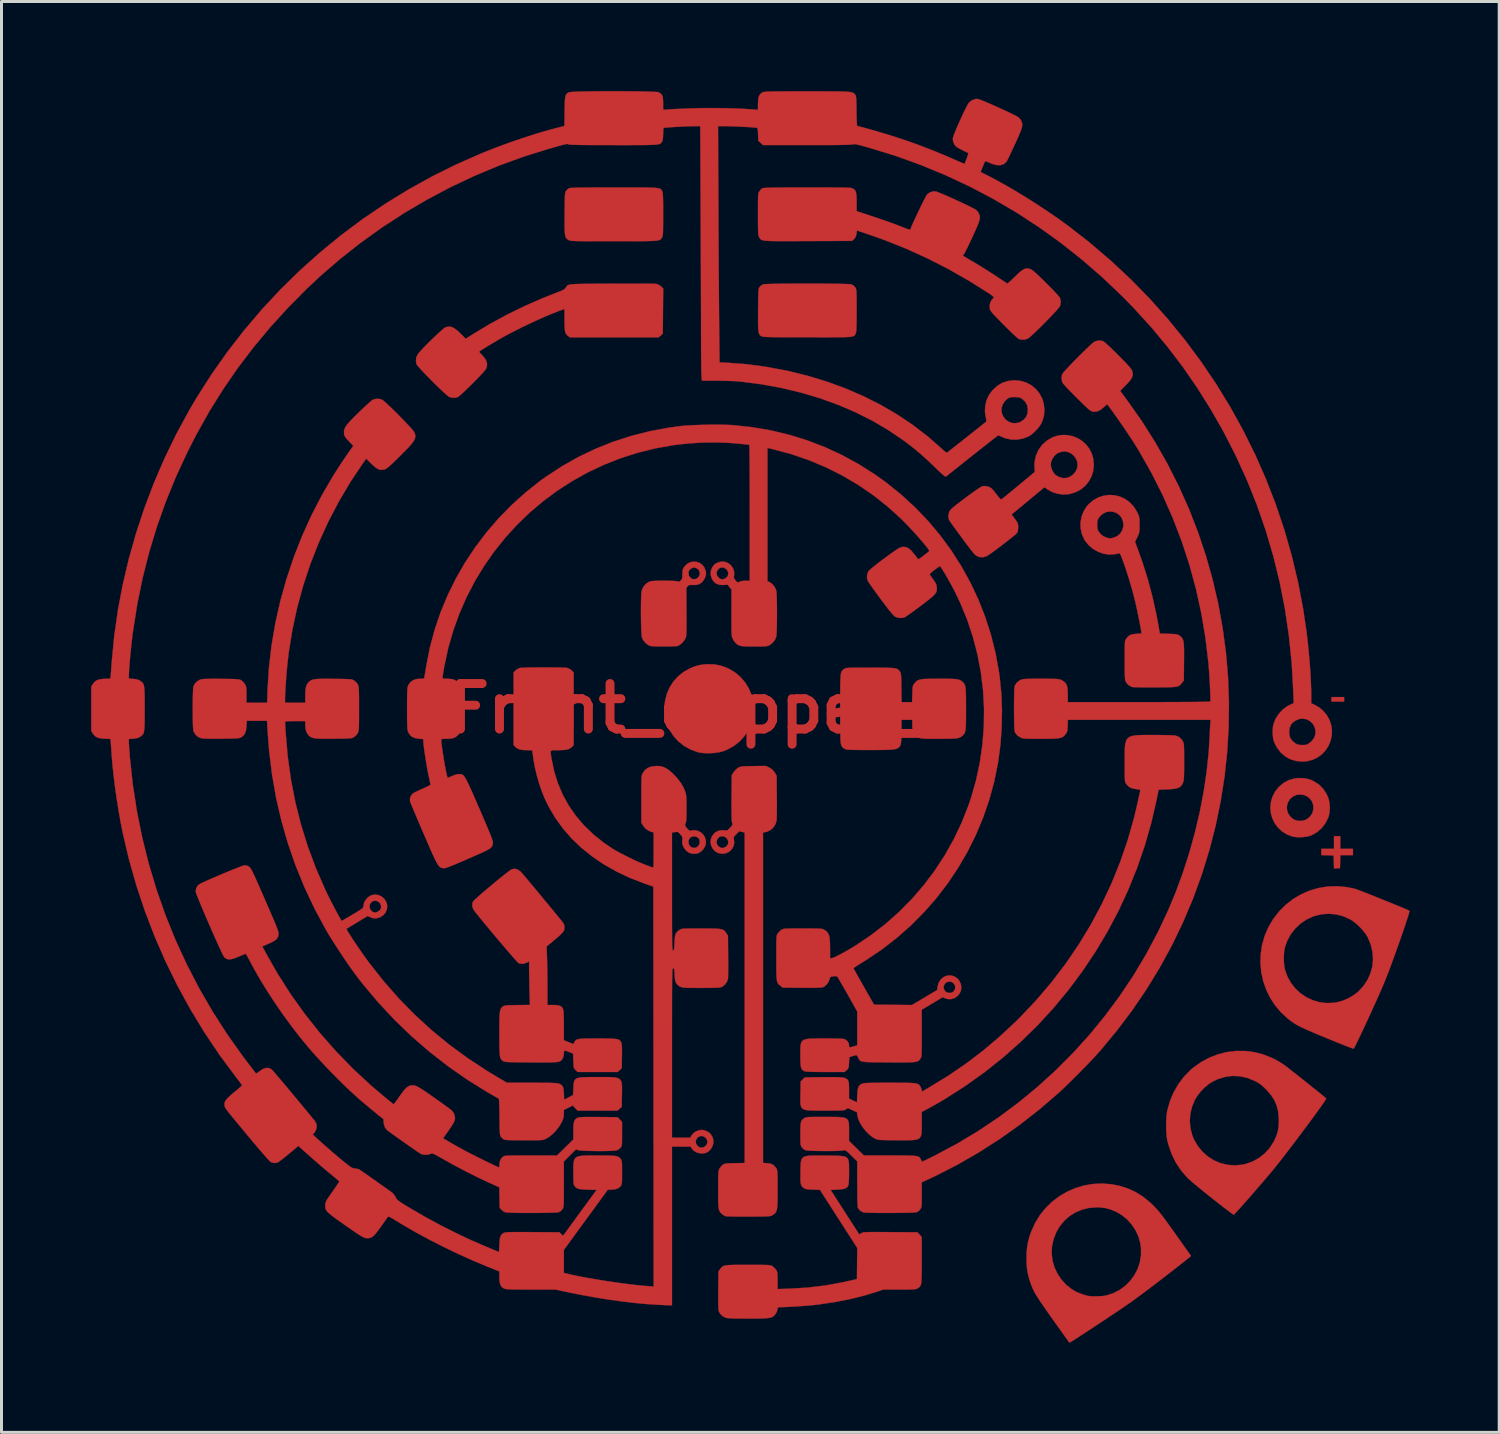
<source format=kicad_pcb>
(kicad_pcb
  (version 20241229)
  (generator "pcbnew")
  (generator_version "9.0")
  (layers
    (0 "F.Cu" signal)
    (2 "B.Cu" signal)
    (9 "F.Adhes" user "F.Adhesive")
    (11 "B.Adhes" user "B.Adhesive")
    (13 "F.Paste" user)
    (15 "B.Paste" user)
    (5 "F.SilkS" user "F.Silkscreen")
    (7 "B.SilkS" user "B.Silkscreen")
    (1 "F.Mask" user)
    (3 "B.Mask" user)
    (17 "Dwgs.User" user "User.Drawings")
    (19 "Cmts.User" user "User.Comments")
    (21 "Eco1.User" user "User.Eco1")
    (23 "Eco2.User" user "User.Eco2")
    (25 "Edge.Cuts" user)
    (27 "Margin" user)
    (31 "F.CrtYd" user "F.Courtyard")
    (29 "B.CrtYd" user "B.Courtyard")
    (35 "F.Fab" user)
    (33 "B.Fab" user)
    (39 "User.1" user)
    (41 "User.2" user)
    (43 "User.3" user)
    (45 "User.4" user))
  (footprint "Front_copper_2"
    (layer "F.Cu")
    (at 20.674 20.667)
    (property "Reference" "Front_copper_2" (at 0 0 0) (layer "F.Cu") (effects (font (size 1.524 1.524) (thickness 0.3))))
    (attr through_hole)
    (fp_poly (pts (xy 21.273 -0.233) (xy 20.849 -0.233) (xy 20.849 -0.381) (xy 21.273 -0.381) (xy 21.273 -0.233)) (stroke (width 0.01) (type solid)) (fill yes) (layer "F.Cu"))
    (fp_poly (pts (xy 21.145 4.699) (xy 21.569 4.699) (xy 21.569 4.911) (xy 21.147 4.911) (xy 21.135 5.345) (xy 21.035 5.351) (xy 20.935 5.357) (xy 20.929 5.139) (xy 20.923 4.921) (xy 20.511 4.909) (xy 20.511 4.699) (xy 20.934 4.699) (xy 20.934 4.276) (xy 21.145 4.276) (xy 21.145 4.699)) (stroke (width 0.01) (type solid)) (fill yes) (layer "F.Cu"))
    (fp_poly (pts (xy 0.212 -1.471) (xy 0.393 -1.437) (xy 0.572 -1.375) (xy 0.667 -1.333) (xy 0.881 -1.207) (xy 1.068 -1.049) (xy 1.227 -0.863) (xy 1.353 -0.652) (xy 1.446 -0.418) (xy 1.472 -0.323) (xy 1.493 -0.186) (xy 1.501 -0.027) (xy 1.496 0.141) (xy 1.477 0.301) (xy 1.447 0.44) (xy 1.439 0.465) (xy 1.337 0.706) (xy 1.204 0.918) (xy 1.04 1.101) (xy 0.846 1.254) (xy 0.625 1.376) (xy 0.49 1.43) (xy 0.35 1.467) (xy 0.185 1.49) (xy 0.011 1.5) (xy -0.16 1.495) (xy -0.312 1.475) (xy -0.368 1.462) (xy -0.606 1.375) (xy -0.822 1.254) (xy -1.014 1.102) (xy -1.178 0.921) (xy -1.31 0.715) (xy -1.345 0.646) (xy -1.42 0.454) (xy -1.464 0.263) (xy -1.481 0.057) (xy -1.482 0.011) (xy -1.462 -0.241) (xy -1.403 -0.48) (xy -1.308 -0.701) (xy -1.179 -0.903) (xy -1.017 -1.08) (xy -0.825 -1.231) (xy -0.646 -1.333) (xy -0.461 -1.41) (xy -0.283 -1.457) (xy -0.094 -1.479) (xy 0.011 -1.482) (xy 0.212 -1.471)) (stroke (width 0.01) (type solid)) (fill yes) (layer "F.Cu"))
    (fp_poly (pts (xy 20.047 2.356) (xy 20.189 2.404) (xy 20.261 2.439) (xy 20.429 2.548) (xy 20.566 2.682) (xy 20.675 2.845) (xy 20.743 2.995) (xy 20.778 3.129) (xy 20.794 3.282) (xy 20.789 3.439) (xy 20.765 3.583) (xy 20.745 3.646) (xy 20.654 3.83) (xy 20.533 3.992) (xy 20.387 4.126) (xy 20.222 4.227) (xy 20.156 4.256) (xy 20.035 4.288) (xy 19.893 4.307) (xy 19.745 4.312) (xy 19.608 4.3) (xy 19.539 4.286) (xy 19.351 4.213) (xy 19.189 4.111) (xy 19.054 3.983) (xy 18.946 3.835) (xy 18.868 3.671) (xy 18.82 3.497) (xy 18.805 3.317) (xy 18.809 3.274) (xy 19.357 3.274) (xy 19.362 3.399) (xy 19.4 3.517) (xy 19.471 3.622) (xy 19.573 3.706) (xy 19.605 3.724) (xy 19.719 3.76) (xy 19.845 3.764) (xy 19.967 3.736) (xy 20.043 3.697) (xy 20.143 3.608) (xy 20.211 3.499) (xy 20.244 3.378) (xy 20.243 3.252) (xy 20.205 3.13) (xy 20.146 3.039) (xy 20.05 2.952) (xy 19.936 2.899) (xy 19.812 2.88) (xy 19.689 2.893) (xy 19.572 2.94) (xy 19.472 3.021) (xy 19.457 3.038) (xy 19.389 3.151) (xy 19.357 3.274) (xy 18.809 3.274) (xy 18.822 3.135) (xy 18.874 2.957) (xy 18.961 2.787) (xy 19.086 2.63) (xy 19.092 2.624) (xy 19.246 2.493) (xy 19.415 2.401) (xy 19.602 2.348) (xy 19.725 2.333) (xy 19.898 2.333) (xy 20.047 2.356)) (stroke (width 0.01) (type solid)) (fill yes) (layer "F.Cu"))
    (fp_poly (pts (xy 3.59 -14.223) (xy 3.804 -14.222) (xy 4.008 -14.22) (xy 4.197 -14.218) (xy 4.367 -14.215) (xy 4.515 -14.212) (xy 4.634 -14.208) (xy 4.722 -14.204) (xy 4.774 -14.198) (xy 4.783 -14.196) (xy 4.848 -14.159) (xy 4.903 -14.101) (xy 4.905 -14.099) (xy 4.918 -14.079) (xy 4.928 -14.058) (xy 4.936 -14.031) (xy 4.943 -13.995) (xy 4.947 -13.944) (xy 4.95 -13.873) (xy 4.952 -13.779) (xy 4.953 -13.655) (xy 4.953 -13.499) (xy 4.953 -13.32) (xy 4.953 -13.122) (xy 4.952 -12.961) (xy 4.95 -12.834) (xy 4.947 -12.736) (xy 4.943 -12.664) (xy 4.937 -12.612) (xy 4.93 -12.576) (xy 4.922 -12.553) (xy 4.921 -12.552) (xy 4.909 -12.528) (xy 4.899 -12.507) (xy 4.886 -12.489) (xy 4.868 -12.474) (xy 4.842 -12.462) (xy 4.805 -12.451) (xy 4.754 -12.443) (xy 4.687 -12.437) (xy 4.599 -12.432) (xy 4.489 -12.429) (xy 4.353 -12.427) (xy 4.189 -12.426) (xy 3.993 -12.425) (xy 3.762 -12.425) (xy 3.493 -12.426) (xy 3.313 -12.426) (xy 3.02 -12.426) (xy 2.766 -12.426) (xy 2.548 -12.427) (xy 2.365 -12.428) (xy 2.212 -12.43) (xy 2.088 -12.432) (xy 1.989 -12.435) (xy 1.912 -12.438) (xy 1.855 -12.442) (xy 1.815 -12.446) (xy 1.789 -12.452) (xy 1.775 -12.457) (xy 1.743 -12.476) (xy 1.717 -12.499) (xy 1.696 -12.528) (xy 1.68 -12.57) (xy 1.669 -12.627) (xy 1.661 -12.704) (xy 1.656 -12.806) (xy 1.654 -12.937) (xy 1.654 -13.1) (xy 1.655 -13.301) (xy 1.655 -13.344) (xy 1.657 -13.536) (xy 1.659 -13.69) (xy 1.661 -13.812) (xy 1.664 -13.904) (xy 1.668 -13.973) (xy 1.673 -14.023) (xy 1.679 -14.057) (xy 1.688 -14.082) (xy 1.698 -14.101) (xy 1.706 -14.111) (xy 1.758 -14.161) (xy 1.822 -14.196) (xy 1.822 -14.196) (xy 1.859 -14.202) (xy 1.933 -14.206) (xy 2.041 -14.211) (xy 2.178 -14.214) (xy 2.34 -14.217) (xy 2.523 -14.22) (xy 2.721 -14.221) (xy 2.932 -14.223) (xy 3.15 -14.223) (xy 3.371 -14.223) (xy 3.59 -14.223)) (stroke (width 0.01) (type solid)) (fill yes) (layer "F.Cu"))
    (fp_poly (pts (xy -2.623 -17.441) (xy -2.406 -17.441) (xy -2.222 -17.44) (xy -2.069 -17.438) (xy -1.943 -17.435) (xy -1.842 -17.431) (xy -1.763 -17.425) (xy -1.702 -17.417) (xy -1.656 -17.408) (xy -1.624 -17.396) (xy -1.601 -17.382) (xy -1.584 -17.365) (xy -1.572 -17.345) (xy -1.56 -17.322) (xy -1.556 -17.315) (xy -1.547 -17.292) (xy -1.54 -17.257) (xy -1.534 -17.207) (xy -1.53 -17.138) (xy -1.527 -17.043) (xy -1.525 -16.921) (xy -1.524 -16.765) (xy -1.524 -16.572) (xy -1.524 -16.541) (xy -1.524 -16.346) (xy -1.525 -16.188) (xy -1.526 -16.064) (xy -1.529 -15.969) (xy -1.532 -15.897) (xy -1.537 -15.846) (xy -1.544 -15.809) (xy -1.552 -15.784) (xy -1.56 -15.767) (xy -1.574 -15.744) (xy -1.588 -15.723) (xy -1.605 -15.706) (xy -1.627 -15.691) (xy -1.658 -15.679) (xy -1.702 -15.668) (xy -1.76 -15.66) (xy -1.836 -15.654) (xy -1.932 -15.65) (xy -2.053 -15.646) (xy -2.2 -15.644) (xy -2.377 -15.643) (xy -2.587 -15.642) (xy -2.832 -15.642) (xy -3.117 -15.642) (xy -3.178 -15.642) (xy -3.461 -15.642) (xy -3.704 -15.642) (xy -3.912 -15.643) (xy -4.086 -15.643) (xy -4.23 -15.644) (xy -4.348 -15.646) (xy -4.442 -15.648) (xy -4.515 -15.651) (xy -4.571 -15.654) (xy -4.612 -15.658) (xy -4.642 -15.664) (xy -4.664 -15.67) (xy -4.681 -15.677) (xy -4.695 -15.685) (xy -4.729 -15.707) (xy -4.757 -15.732) (xy -4.779 -15.763) (xy -4.796 -15.804) (xy -4.808 -15.86) (xy -4.816 -15.936) (xy -4.821 -16.036) (xy -4.823 -16.164) (xy -4.823 -16.324) (xy -4.822 -16.521) (xy -4.822 -16.573) (xy -4.82 -16.764) (xy -4.818 -16.916) (xy -4.816 -17.036) (xy -4.813 -17.127) (xy -4.809 -17.195) (xy -4.804 -17.243) (xy -4.797 -17.277) (xy -4.788 -17.301) (xy -4.778 -17.32) (xy -4.771 -17.329) (xy -4.725 -17.378) (xy -4.676 -17.414) (xy -4.676 -17.415) (xy -4.655 -17.42) (xy -4.615 -17.425) (xy -4.552 -17.429) (xy -4.465 -17.432) (xy -4.35 -17.435) (xy -4.206 -17.437) (xy -4.029 -17.439) (xy -3.819 -17.44) (xy -3.572 -17.441) (xy -3.286 -17.441) (xy -3.169 -17.441) (xy -2.876 -17.441) (xy -2.623 -17.441)) (stroke (width 0.01) (type solid)) (fill yes) (layer "F.Cu"))
    (fp_poly (pts (xy -0.408 -4.908) (xy -0.304 -4.872) (xy -0.214 -4.808) (xy -0.144 -4.718) (xy -0.1 -4.604) (xy -0.093 -4.559) (xy -0.089 -4.491) (xy -0.1 -4.432) (xy -0.13 -4.363) (xy -0.141 -4.341) (xy -0.214 -4.235) (xy -0.303 -4.168) (xy -0.413 -4.135) (xy -0.523 -4.134) (xy -0.598 -4.137) (xy -0.645 -4.133) (xy -0.677 -4.116) (xy -0.7 -4.094) (xy -0.747 -4.044) (xy -0.743 -3.24) (xy -0.742 -3.033) (xy -0.741 -2.864) (xy -0.741 -2.728) (xy -0.742 -2.622) (xy -0.745 -2.539) (xy -0.748 -2.477) (xy -0.753 -2.431) (xy -0.76 -2.396) (xy -0.769 -2.368) (xy -0.778 -2.345) (xy -0.828 -2.264) (xy -0.9 -2.184) (xy -0.979 -2.121) (xy -1.03 -2.094) (xy -1.067 -2.088) (xy -1.138 -2.083) (xy -1.238 -2.079) (xy -1.357 -2.076) (xy -1.489 -2.075) (xy -1.51 -2.075) (xy -1.663 -2.076) (xy -1.779 -2.078) (xy -1.865 -2.082) (xy -1.927 -2.089) (xy -1.97 -2.097) (xy -2 -2.109) (xy -2 -2.109) (xy -2.111 -2.188) (xy -2.193 -2.289) (xy -2.234 -2.379) (xy -2.242 -2.43) (xy -2.249 -2.516) (xy -2.256 -2.632) (xy -2.26 -2.77) (xy -2.264 -2.925) (xy -2.266 -3.089) (xy -2.267 -3.256) (xy -2.266 -3.419) (xy -2.264 -3.572) (xy -2.26 -3.709) (xy -2.255 -3.822) (xy -2.248 -3.905) (xy -2.242 -3.946) (xy -2.195 -4.055) (xy -2.119 -4.153) (xy -2.023 -4.225) (xy -2.002 -4.236) (xy -1.966 -4.249) (xy -1.925 -4.26) (xy -1.871 -4.267) (xy -1.798 -4.271) (xy -1.699 -4.274) (xy -1.567 -4.275) (xy -1.496 -4.275) (xy -1.333 -4.274) (xy -1.202 -4.271) (xy -1.106 -4.265) (xy -1.047 -4.257) (xy -1.033 -4.252) (xy -0.998 -4.242) (xy -0.964 -4.257) (xy -0.934 -4.285) (xy -0.905 -4.318) (xy -0.888 -4.354) (xy -0.88 -4.406) (xy -0.878 -4.486) (xy -0.878 -4.497) (xy -0.878 -4.532) (xy -0.677 -4.532) (xy -0.661 -4.444) (xy -0.616 -4.378) (xy -0.553 -4.336) (xy -0.479 -4.324) (xy -0.404 -4.345) (xy -0.344 -4.393) (xy -0.301 -4.47) (xy -0.296 -4.552) (xy -0.327 -4.628) (xy -0.361 -4.665) (xy -0.421 -4.703) (xy -0.481 -4.72) (xy -0.487 -4.72) (xy -0.545 -4.706) (xy -0.606 -4.671) (xy -0.612 -4.665) (xy -0.659 -4.615) (xy -0.676 -4.559) (xy -0.677 -4.532) (xy -0.878 -4.532) (xy -0.876 -4.582) (xy -0.868 -4.642) (xy -0.849 -4.69) (xy -0.815 -4.742) (xy -0.815 -4.743) (xy -0.728 -4.834) (xy -0.627 -4.891) (xy -0.518 -4.915) (xy -0.408 -4.908)) (stroke (width 0.01) (type solid)) (fill yes) (layer "F.Cu"))
    (fp_poly (pts (xy -2.359 -14.221) (xy -2.181 -14.22) (xy -2.03 -14.219) (xy -1.908 -14.217) (xy -1.819 -14.216) (xy -1.767 -14.213) (xy -1.758 -14.213) (xy -1.668 -14.185) (xy -1.593 -14.128) (xy -1.522 -14.057) (xy -1.529 -13.303) (xy -1.535 -12.548) (xy -1.673 -12.425) (xy -4.651 -12.425) (xy -4.709 -12.471) (xy -4.749 -12.507) (xy -4.778 -12.548) (xy -4.8 -12.601) (xy -4.813 -12.672) (xy -4.822 -12.768) (xy -4.825 -12.894) (xy -4.826 -13.016) (xy -4.826 -13.376) (xy -5.001 -13.312) (xy -5.218 -13.227) (xy -5.463 -13.125) (xy -5.725 -13.009) (xy -5.996 -12.883) (xy -6.267 -12.753) (xy -6.528 -12.621) (xy -6.771 -12.494) (xy -6.986 -12.374) (xy -7.006 -12.362) (xy -7.168 -12.267) (xy -7.314 -12.18) (xy -7.441 -12.103) (xy -7.544 -12.039) (xy -7.622 -11.989) (xy -7.669 -11.956) (xy -7.684 -11.943) (xy -7.67 -11.923) (xy -7.634 -11.881) (xy -7.582 -11.825) (xy -7.569 -11.811) (xy -7.482 -11.707) (xy -7.433 -11.611) (xy -7.417 -11.515) (xy -7.431 -11.425) (xy -7.441 -11.394) (xy -7.461 -11.359) (xy -7.491 -11.317) (xy -7.537 -11.263) (xy -7.601 -11.193) (xy -7.686 -11.104) (xy -7.796 -10.991) (xy -7.891 -10.896) (xy -8.005 -10.782) (xy -8.113 -10.677) (xy -8.21 -10.585) (xy -8.291 -10.51) (xy -8.353 -10.456) (xy -8.39 -10.427) (xy -8.395 -10.425) (xy -8.504 -10.396) (xy -8.62 -10.408) (xy -8.689 -10.433) (xy -8.726 -10.459) (xy -8.786 -10.51) (xy -8.867 -10.582) (xy -8.962 -10.672) (xy -9.068 -10.774) (xy -9.181 -10.884) (xy -9.295 -10.998) (xy -9.407 -11.112) (xy -9.512 -11.22) (xy -9.606 -11.318) (xy -9.683 -11.403) (xy -9.74 -11.469) (xy -9.773 -11.512) (xy -9.778 -11.521) (xy -9.801 -11.641) (xy -9.784 -11.76) (xy -9.738 -11.855) (xy -9.7 -11.904) (xy -9.638 -11.975) (xy -9.557 -12.061) (xy -9.462 -12.159) (xy -9.359 -12.263) (xy -9.252 -12.368) (xy -9.146 -12.47) (xy -9.046 -12.563) (xy -8.958 -12.643) (xy -8.886 -12.705) (xy -8.836 -12.743) (xy -8.82 -12.753) (xy -8.733 -12.779) (xy -8.651 -12.781) (xy -8.567 -12.755) (xy -8.476 -12.7) (xy -8.371 -12.612) (xy -8.305 -12.548) (xy -8.132 -12.377) (xy -7.876 -12.539) (xy -7.32 -12.873) (xy -6.736 -13.19) (xy -6.135 -13.483) (xy -5.528 -13.748) (xy -5.096 -13.918) (xy -4.982 -13.961) (xy -4.902 -13.995) (xy -4.847 -14.024) (xy -4.812 -14.051) (xy -4.788 -14.08) (xy -4.785 -14.084) (xy -4.77 -14.109) (xy -4.756 -14.131) (xy -4.74 -14.149) (xy -4.72 -14.165) (xy -4.691 -14.178) (xy -4.651 -14.188) (xy -4.598 -14.196) (xy -4.526 -14.203) (xy -4.435 -14.208) (xy -4.32 -14.211) (xy -4.179 -14.214) (xy -4.008 -14.216) (xy -3.804 -14.217) (xy -3.565 -14.218) (xy -3.287 -14.22) (xy -3.249 -14.22) (xy -3.007 -14.221) (xy -2.775 -14.221) (xy -2.558 -14.221) (xy -2.359 -14.221)) (stroke (width 0.01) (type solid)) (fill yes) (layer "F.Cu"))
    (fp_poly (pts (xy 13.496 15.93) (xy 13.75 15.981) (xy 14.034 16.071) (xy 14.296 16.191) (xy 14.54 16.344) (xy 14.774 16.535) (xy 14.871 16.626) (xy 14.933 16.69) (xy 14.993 16.753) (xy 15.052 16.82) (xy 15.114 16.896) (xy 15.184 16.984) (xy 15.263 17.089) (xy 15.355 17.215) (xy 15.464 17.366) (xy 15.592 17.547) (xy 15.627 17.595) (xy 16.149 18.331) (xy 15.901 18.529) (xy 15.738 18.657) (xy 15.559 18.798) (xy 15.367 18.946) (xy 15.169 19.099) (xy 14.97 19.251) (xy 14.777 19.398) (xy 14.594 19.536) (xy 14.427 19.66) (xy 14.282 19.767) (xy 14.164 19.852) (xy 14.161 19.855) (xy 14.076 19.914) (xy 13.967 19.989) (xy 13.84 20.076) (xy 13.696 20.173) (xy 13.54 20.278) (xy 13.375 20.388) (xy 13.206 20.5) (xy 13.036 20.613) (xy 12.869 20.723) (xy 12.708 20.829) (xy 12.558 20.928) (xy 12.421 21.016) (xy 12.302 21.093) (xy 12.205 21.155) (xy 12.133 21.2) (xy 12.09 21.225) (xy 12.079 21.23) (xy 12.066 21.214) (xy 12.031 21.166) (xy 11.977 21.091) (xy 11.906 20.992) (xy 11.821 20.874) (xy 11.724 20.738) (xy 11.618 20.59) (xy 11.567 20.518) (xy 11.416 20.305) (xy 11.288 20.123) (xy 11.181 19.968) (xy 11.091 19.836) (xy 11.018 19.723) (xy 10.958 19.626) (xy 10.909 19.54) (xy 10.869 19.463) (xy 10.836 19.391) (xy 10.807 19.319) (xy 10.794 19.284) (xy 10.729 19.09) (xy 10.684 18.914) (xy 10.656 18.74) (xy 10.643 18.552) (xy 10.64 18.404) (xy 10.644 18.248) (xy 11.482 18.248) (xy 11.51 18.481) (xy 11.575 18.707) (xy 11.675 18.92) (xy 11.806 19.117) (xy 11.966 19.292) (xy 12.152 19.441) (xy 12.3 19.527) (xy 12.381 19.563) (xy 12.483 19.602) (xy 12.589 19.637) (xy 12.682 19.662) (xy 12.721 19.67) (xy 12.81 19.679) (xy 12.924 19.682) (xy 13.049 19.679) (xy 13.17 19.672) (xy 13.271 19.66) (xy 13.31 19.653) (xy 13.545 19.577) (xy 13.759 19.467) (xy 13.951 19.326) (xy 14.116 19.159) (xy 14.254 18.97) (xy 14.362 18.761) (xy 14.436 18.538) (xy 14.474 18.304) (xy 14.474 18.063) (xy 14.455 17.916) (xy 14.393 17.689) (xy 14.293 17.472) (xy 14.16 17.273) (xy 13.999 17.096) (xy 13.814 16.948) (xy 13.642 16.849) (xy 13.46 16.773) (xy 13.285 16.726) (xy 13.1 16.704) (xy 12.982 16.701) (xy 12.731 16.72) (xy 12.494 16.779) (xy 12.275 16.872) (xy 12.075 16.998) (xy 11.9 17.155) (xy 11.75 17.339) (xy 11.631 17.547) (xy 11.543 17.778) (xy 11.493 18.013) (xy 11.482 18.248) (xy 10.644 18.248) (xy 10.646 18.193) (xy 10.664 18.007) (xy 10.698 17.832) (xy 10.75 17.651) (xy 10.8 17.511) (xy 10.93 17.223) (xy 11.092 16.959) (xy 11.285 16.721) (xy 11.503 16.509) (xy 11.745 16.327) (xy 12.007 16.174) (xy 12.285 16.054) (xy 12.576 15.968) (xy 12.877 15.918) (xy 13.185 15.905) (xy 13.496 15.93)) (stroke (width 0.01) (type solid)) (fill yes) (layer "F.Cu"))
    (fp_poly (pts (xy 21.336 5.979) (xy 21.44 5.997) (xy 21.545 6.017) (xy 21.631 6.038) (xy 21.654 6.044) (xy 21.697 6.059) (xy 21.772 6.087) (xy 21.875 6.127) (xy 21.999 6.175) (xy 22.141 6.231) (xy 22.296 6.293) (xy 22.458 6.358) (xy 22.622 6.424) (xy 22.785 6.49) (xy 22.941 6.554) (xy 23.085 6.613) (xy 23.213 6.665) (xy 23.319 6.71) (xy 23.398 6.744) (xy 23.447 6.766) (xy 23.46 6.773) (xy 23.458 6.797) (xy 23.443 6.857) (xy 23.416 6.949) (xy 23.378 7.067) (xy 23.332 7.21) (xy 23.277 7.371) (xy 23.217 7.549) (xy 23.151 7.737) (xy 23.082 7.932) (xy 23.011 8.131) (xy 22.94 8.329) (xy 22.869 8.522) (xy 22.801 8.706) (xy 22.736 8.876) (xy 22.676 9.03) (xy 22.643 9.112) (xy 22.6 9.216) (xy 22.545 9.345) (xy 22.48 9.494) (xy 22.407 9.659) (xy 22.327 9.837) (xy 22.244 10.022) (xy 22.158 10.21) (xy 22.071 10.399) (xy 21.986 10.582) (xy 21.904 10.757) (xy 21.828 10.919) (xy 21.759 11.063) (xy 21.699 11.187) (xy 21.651 11.285) (xy 21.615 11.353) (xy 21.594 11.387) (xy 21.592 11.39) (xy 21.571 11.384) (xy 21.514 11.365) (xy 21.426 11.332) (xy 21.311 11.287) (xy 21.173 11.233) (xy 21.017 11.17) (xy 20.845 11.1) (xy 20.714 11.047) (xy 20.48 10.95) (xy 20.282 10.867) (xy 20.114 10.795) (xy 19.973 10.732) (xy 19.854 10.677) (xy 19.754 10.626) (xy 19.668 10.579) (xy 19.592 10.532) (xy 19.522 10.484) (xy 19.453 10.433) (xy 19.405 10.396) (xy 19.17 10.183) (xy 18.968 9.945) (xy 18.798 9.686) (xy 18.664 9.411) (xy 18.564 9.123) (xy 18.499 8.824) (xy 18.472 8.52) (xy 18.475 8.434) (xy 19.254 8.434) (xy 19.264 8.587) (xy 19.285 8.717) (xy 19.291 8.742) (xy 19.374 8.975) (xy 19.491 9.186) (xy 19.637 9.373) (xy 19.809 9.533) (xy 20.003 9.665) (xy 20.214 9.765) (xy 20.439 9.832) (xy 20.674 9.863) (xy 20.916 9.855) (xy 21.067 9.83) (xy 21.248 9.776) (xy 21.432 9.694) (xy 21.603 9.592) (xy 21.743 9.484) (xy 21.917 9.296) (xy 22.055 9.091) (xy 22.155 8.871) (xy 22.218 8.64) (xy 22.241 8.401) (xy 22.225 8.159) (xy 22.169 7.916) (xy 22.072 7.676) (xy 22.06 7.652) (xy 21.989 7.538) (xy 21.891 7.416) (xy 21.775 7.294) (xy 21.653 7.183) (xy 21.534 7.094) (xy 21.484 7.064) (xy 21.252 6.959) (xy 21.012 6.895) (xy 20.766 6.872) (xy 20.52 6.889) (xy 20.276 6.948) (xy 20.232 6.964) (xy 20.011 7.067) (xy 19.809 7.204) (xy 19.632 7.372) (xy 19.483 7.565) (xy 19.367 7.779) (xy 19.289 8.001) (xy 19.267 8.126) (xy 19.255 8.275) (xy 19.254 8.434) (xy 18.475 8.434) (xy 18.482 8.213) (xy 18.529 7.908) (xy 18.616 7.607) (xy 18.742 7.316) (xy 18.906 7.04) (xy 19.1 6.791) (xy 19.321 6.571) (xy 19.565 6.382) (xy 19.83 6.225) (xy 20.113 6.101) (xy 20.408 6.013) (xy 20.715 5.963) (xy 21.029 5.951) (xy 21.336 5.979)) (stroke (width 0.01) (type solid)) (fill yes) (layer "F.Cu"))
    (fp_poly (pts (xy 17.971 11.468) (xy 18.282 11.51) (xy 18.588 11.591) (xy 18.886 11.713) (xy 18.912 11.725) (xy 19.026 11.786) (xy 19.142 11.854) (xy 19.247 11.921) (xy 19.322 11.974) (xy 19.49 12.107) (xy 19.658 12.24) (xy 19.825 12.371) (xy 19.985 12.499) (xy 20.137 12.62) (xy 20.276 12.731) (xy 20.399 12.83) (xy 20.504 12.914) (xy 20.587 12.982) (xy 20.644 13.029) (xy 20.672 13.053) (xy 20.674 13.056) (xy 20.664 13.079) (xy 20.631 13.133) (xy 20.576 13.214) (xy 20.503 13.319) (xy 20.413 13.444) (xy 20.31 13.587) (xy 20.195 13.744) (xy 20.071 13.912) (xy 19.94 14.088) (xy 19.805 14.268) (xy 19.668 14.45) (xy 19.532 14.629) (xy 19.398 14.804) (xy 19.27 14.971) (xy 19.15 15.126) (xy 19.039 15.266) (xy 18.942 15.388) (xy 18.859 15.489) (xy 18.855 15.494) (xy 18.754 15.613) (xy 18.643 15.745) (xy 18.523 15.884) (xy 18.399 16.029) (xy 18.272 16.174) (xy 18.148 16.317) (xy 18.028 16.454) (xy 17.915 16.581) (xy 17.814 16.695) (xy 17.727 16.792) (xy 17.657 16.869) (xy 17.607 16.922) (xy 17.581 16.947) (xy 17.579 16.948) (xy 17.558 16.937) (xy 17.508 16.902) (xy 17.432 16.846) (xy 17.333 16.771) (xy 17.216 16.682) (xy 17.084 16.579) (xy 16.94 16.466) (xy 16.87 16.41) (xy 16.714 16.287) (xy 16.564 16.166) (xy 16.423 16.05) (xy 16.295 15.945) (xy 16.187 15.853) (xy 16.101 15.779) (xy 16.042 15.726) (xy 16.031 15.715) (xy 15.82 15.473) (xy 15.642 15.207) (xy 15.499 14.915) (xy 15.39 14.6) (xy 15.353 14.453) (xy 15.334 14.331) (xy 15.321 14.179) (xy 15.315 14.01) (xy 15.317 13.838) (xy 15.318 13.814) (xy 16.106 13.814) (xy 16.128 14.056) (xy 16.19 14.292) (xy 16.254 14.444) (xy 16.381 14.659) (xy 16.537 14.846) (xy 16.717 15.004) (xy 16.918 15.13) (xy 17.136 15.222) (xy 17.366 15.278) (xy 17.604 15.297) (xy 17.847 15.277) (xy 17.976 15.249) (xy 18.209 15.168) (xy 18.423 15.049) (xy 18.615 14.898) (xy 18.78 14.717) (xy 18.914 14.511) (xy 18.933 14.474) (xy 19.009 14.304) (xy 19.058 14.142) (xy 19.083 13.974) (xy 19.089 13.785) (xy 19.087 13.719) (xy 19.065 13.494) (xy 19.016 13.295) (xy 18.937 13.112) (xy 18.825 12.939) (xy 18.675 12.767) (xy 18.647 12.739) (xy 18.556 12.651) (xy 18.478 12.585) (xy 18.402 12.533) (xy 18.313 12.484) (xy 18.265 12.46) (xy 18.023 12.365) (xy 17.78 12.312) (xy 17.537 12.301) (xy 17.293 12.333) (xy 17.051 12.407) (xy 16.88 12.485) (xy 16.744 12.571) (xy 16.604 12.688) (xy 16.472 12.824) (xy 16.359 12.969) (xy 16.281 13.096) (xy 16.182 13.33) (xy 16.124 13.571) (xy 16.106 13.814) (xy 15.318 13.814) (xy 15.326 13.673) (xy 15.342 13.53) (xy 15.354 13.462) (xy 15.442 13.149) (xy 15.567 12.852) (xy 15.726 12.576) (xy 15.916 12.324) (xy 16.135 12.1) (xy 16.211 12.035) (xy 16.475 11.846) (xy 16.756 11.693) (xy 17.049 11.579) (xy 17.351 11.503) (xy 17.66 11.466) (xy 17.971 11.468)) (stroke (width 0.01) (type solid)) (fill yes) (layer "F.Cu"))
    (fp_poly (pts (xy 12.024 -9.149) (xy 12.194 -9.112) (xy 12.355 -9.046) (xy 12.503 -8.954) (xy 12.634 -8.836) (xy 12.743 -8.696) (xy 12.825 -8.533) (xy 12.877 -8.351) (xy 12.895 -8.151) (xy 12.895 -8.151) (xy 12.873 -7.949) (xy 12.814 -7.761) (xy 12.721 -7.592) (xy 12.597 -7.445) (xy 12.446 -7.324) (xy 12.27 -7.234) (xy 12.074 -7.177) (xy 12.048 -7.173) (xy 11.864 -7.163) (xy 11.677 -7.189) (xy 11.496 -7.248) (xy 11.336 -7.338) (xy 11.311 -7.356) (xy 11.244 -7.407) (xy 10.693 -6.951) (xy 10.142 -6.495) (xy 10.252 -6.345) (xy 10.305 -6.27) (xy 10.337 -6.216) (xy 10.354 -6.169) (xy 10.36 -6.117) (xy 10.361 -6.062) (xy 10.356 -5.972) (xy 10.34 -5.909) (xy 10.318 -5.87) (xy 10.289 -5.841) (xy 10.232 -5.792) (xy 10.151 -5.726) (xy 10.053 -5.648) (xy 9.943 -5.562) (xy 9.827 -5.473) (xy 9.709 -5.384) (xy 9.596 -5.3) (xy 9.494 -5.225) (xy 9.407 -5.163) (xy 9.341 -5.119) (xy 9.309 -5.1) (xy 9.201 -5.065) (xy 9.087 -5.065) (xy 9.006 -5.089) (xy 8.948 -5.125) (xy 8.891 -5.173) (xy 8.887 -5.178) (xy 8.854 -5.217) (xy 8.802 -5.283) (xy 8.734 -5.371) (xy 8.655 -5.475) (xy 8.568 -5.591) (xy 8.477 -5.714) (xy 8.386 -5.838) (xy 8.298 -5.958) (xy 8.217 -6.069) (xy 8.147 -6.167) (xy 8.092 -6.245) (xy 8.055 -6.299) (xy 8.041 -6.324) (xy 8.023 -6.43) (xy 8.045 -6.55) (xy 8.057 -6.585) (xy 8.071 -6.613) (xy 8.092 -6.643) (xy 8.124 -6.677) (xy 8.17 -6.72) (xy 8.236 -6.774) (xy 8.323 -6.843) (xy 8.437 -6.93) (xy 8.581 -7.039) (xy 8.595 -7.049) (xy 8.73 -7.149) (xy 8.854 -7.239) (xy 8.964 -7.316) (xy 9.055 -7.377) (xy 9.122 -7.419) (xy 9.161 -7.439) (xy 9.163 -7.44) (xy 9.271 -7.445) (xy 9.378 -7.42) (xy 9.467 -7.367) (xy 9.469 -7.366) (xy 9.512 -7.322) (xy 9.569 -7.254) (xy 9.63 -7.176) (xy 9.652 -7.146) (xy 9.705 -7.078) (xy 9.751 -7.026) (xy 9.784 -6.997) (xy 9.793 -6.995) (xy 9.815 -7.01) (xy 9.865 -7.049) (xy 9.94 -7.109) (xy 10.035 -7.187) (xy 10.147 -7.278) (xy 10.272 -7.381) (xy 10.37 -7.463) (xy 10.922 -7.922) (xy 10.909 -8.062) (xy 10.91 -8.161) (xy 11.451 -8.161) (xy 11.466 -8.067) (xy 11.504 -7.967) (xy 11.557 -7.876) (xy 11.619 -7.812) (xy 11.621 -7.81) (xy 11.747 -7.74) (xy 11.871 -7.71) (xy 12.001 -7.72) (xy 12.03 -7.728) (xy 12.092 -7.755) (xy 12.163 -7.802) (xy 12.205 -7.836) (xy 12.29 -7.937) (xy 12.337 -8.046) (xy 12.352 -8.156) (xy 12.337 -8.264) (xy 12.295 -8.365) (xy 12.232 -8.454) (xy 12.15 -8.527) (xy 12.052 -8.578) (xy 11.944 -8.604) (xy 11.828 -8.599) (xy 11.708 -8.559) (xy 11.656 -8.53) (xy 11.572 -8.456) (xy 11.505 -8.356) (xy 11.462 -8.245) (xy 11.451 -8.161) (xy 10.91 -8.161) (xy 10.912 -8.262) (xy 10.954 -8.457) (xy 11.035 -8.641) (xy 11.151 -8.807) (xy 11.187 -8.846) (xy 11.338 -8.977) (xy 11.502 -9.072) (xy 11.673 -9.131) (xy 11.849 -9.156) (xy 12.024 -9.149)) (stroke (width 0.01) (type solid)) (fill yes) (layer "F.Cu"))
    (fp_poly (pts (xy 5.624 -1.365) (xy 5.805 -1.364) (xy 5.952 -1.362) (xy 6.07 -1.359) (xy 6.161 -1.353) (xy 6.231 -1.344) (xy 6.283 -1.333) (xy 6.321 -1.317) (xy 6.35 -1.298) (xy 6.374 -1.273) (xy 6.396 -1.243) (xy 6.398 -1.241) (xy 6.413 -1.217) (xy 6.425 -1.192) (xy 6.434 -1.158) (xy 6.44 -1.11) (xy 6.444 -1.043) (xy 6.448 -0.949) (xy 6.45 -0.824) (xy 6.452 -0.693) (xy 6.459 -0.212) (xy 6.811 -0.212) (xy 6.819 -0.483) (xy 6.822 -0.596) (xy 6.827 -0.675) (xy 6.834 -0.73) (xy 6.846 -0.769) (xy 6.864 -0.802) (xy 6.887 -0.835) (xy 6.923 -0.878) (xy 6.958 -0.913) (xy 6.999 -0.94) (xy 7.05 -0.96) (xy 7.116 -0.975) (xy 7.202 -0.985) (xy 7.314 -0.99) (xy 7.457 -0.993) (xy 7.635 -0.994) (xy 7.707 -0.994) (xy 7.896 -0.994) (xy 8.048 -0.993) (xy 8.167 -0.989) (xy 8.26 -0.983) (xy 8.331 -0.973) (xy 8.385 -0.96) (xy 8.428 -0.942) (xy 8.464 -0.919) (xy 8.496 -0.891) (xy 8.526 -0.862) (xy 8.551 -0.833) (xy 8.571 -0.799) (xy 8.586 -0.757) (xy 8.597 -0.7) (xy 8.605 -0.626) (xy 8.61 -0.528) (xy 8.613 -0.404) (xy 8.614 -0.247) (xy 8.615 -0.054) (xy 8.615 0.011) (xy 8.615 0.215) (xy 8.614 0.382) (xy 8.611 0.516) (xy 8.607 0.621) (xy 8.6 0.701) (xy 8.59 0.763) (xy 8.576 0.809) (xy 8.558 0.845) (xy 8.534 0.875) (xy 8.505 0.904) (xy 8.496 0.913) (xy 8.461 0.941) (xy 8.425 0.964) (xy 8.382 0.982) (xy 8.327 0.995) (xy 8.255 1.005) (xy 8.16 1.011) (xy 8.039 1.014) (xy 7.885 1.015) (xy 7.707 1.016) (xy 7.531 1.015) (xy 7.392 1.014) (xy 7.285 1.012) (xy 7.205 1.009) (xy 7.145 1.004) (xy 7.1 0.997) (xy 7.067 0.988) (xy 7.038 0.976) (xy 6.943 0.917) (xy 6.876 0.838) (xy 6.835 0.733) (xy 6.817 0.598) (xy 6.816 0.54) (xy 6.816 0.381) (xy 6.459 0.381) (xy 6.452 0.788) (xy 6.45 0.928) (xy 6.448 1.044) (xy 6.44 1.139) (xy 6.425 1.214) (xy 6.398 1.272) (xy 6.355 1.316) (xy 6.294 1.347) (xy 6.209 1.368) (xy 6.099 1.38) (xy 5.959 1.386) (xy 5.786 1.389) (xy 5.576 1.39) (xy 5.461 1.39) (xy 5.281 1.39) (xy 5.113 1.39) (xy 4.96 1.389) (xy 4.829 1.386) (xy 4.725 1.384) (xy 4.653 1.38) (xy 4.619 1.377) (xy 4.555 1.352) (xy 4.505 1.32) (xy 4.483 1.3) (xy 4.465 1.279) (xy 4.45 1.255) (xy 4.437 1.222) (xy 4.427 1.178) (xy 4.419 1.12) (xy 4.413 1.044) (xy 4.409 0.946) (xy 4.406 0.823) (xy 4.404 0.672) (xy 4.403 0.488) (xy 4.403 0.27) (xy 4.403 0.013) (xy 4.403 0.006) (xy 4.403 -0.253) (xy 4.403 -0.472) (xy 4.404 -0.657) (xy 4.406 -0.809) (xy 4.409 -0.933) (xy 4.414 -1.032) (xy 4.42 -1.109) (xy 4.429 -1.168) (xy 4.441 -1.212) (xy 4.456 -1.245) (xy 4.474 -1.27) (xy 4.496 -1.291) (xy 4.522 -1.311) (xy 4.536 -1.321) (xy 4.553 -1.333) (xy 4.572 -1.342) (xy 4.598 -1.349) (xy 4.635 -1.355) (xy 4.687 -1.359) (xy 4.758 -1.362) (xy 4.853 -1.363) (xy 4.977 -1.365) (xy 5.132 -1.365) (xy 5.324 -1.365) (xy 5.404 -1.365) (xy 5.624 -1.365)) (stroke (width 0.01) (type solid)) (fill yes) (layer "F.Cu"))
    (fp_poly (pts (xy 13.593 -7.136) (xy 13.771 -7.091) (xy 13.939 -7.014) (xy 14.092 -6.904) (xy 14.225 -6.764) (xy 14.334 -6.593) (xy 14.346 -6.568) (xy 14.38 -6.497) (xy 14.402 -6.44) (xy 14.415 -6.387) (xy 14.422 -6.326) (xy 14.425 -6.244) (xy 14.425 -6.149) (xy 14.425 -6.04) (xy 14.422 -5.962) (xy 14.414 -5.902) (xy 14.399 -5.85) (xy 14.376 -5.793) (xy 14.349 -5.735) (xy 14.272 -5.575) (xy 14.334 -5.418) (xy 14.532 -4.865) (xy 14.712 -4.286) (xy 14.868 -3.693) (xy 14.997 -3.1) (xy 15.046 -2.836) (xy 15.103 -2.508) (xy 15.401 -2.498) (xy 15.519 -2.493) (xy 15.604 -2.488) (xy 15.663 -2.481) (xy 15.705 -2.471) (xy 15.737 -2.455) (xy 15.769 -2.433) (xy 15.774 -2.429) (xy 15.813 -2.398) (xy 15.844 -2.364) (xy 15.868 -2.325) (xy 15.887 -2.275) (xy 15.9 -2.21) (xy 15.908 -2.124) (xy 15.913 -2.014) (xy 15.915 -1.873) (xy 15.914 -1.698) (xy 15.913 -1.564) (xy 15.907 -0.939) (xy 15.847 -0.861) (xy 15.817 -0.822) (xy 15.789 -0.79) (xy 15.757 -0.765) (xy 15.719 -0.746) (xy 15.668 -0.731) (xy 15.601 -0.721) (xy 15.512 -0.714) (xy 15.398 -0.71) (xy 15.254 -0.707) (xy 15.075 -0.706) (xy 14.944 -0.705) (xy 14.772 -0.705) (xy 14.612 -0.705) (xy 14.469 -0.707) (xy 14.348 -0.709) (xy 14.255 -0.712) (xy 14.196 -0.716) (xy 14.177 -0.719) (xy 14.078 -0.767) (xy 13.998 -0.841) (xy 13.962 -0.897) (xy 13.952 -0.923) (xy 13.944 -0.958) (xy 13.938 -1.007) (xy 13.934 -1.074) (xy 13.931 -1.164) (xy 13.929 -1.283) (xy 13.928 -1.434) (xy 13.928 -1.614) (xy 13.928 -1.796) (xy 13.928 -1.941) (xy 13.929 -2.053) (xy 13.932 -2.138) (xy 13.935 -2.2) (xy 13.94 -2.244) (xy 13.948 -2.276) (xy 13.957 -2.3) (xy 13.97 -2.32) (xy 13.975 -2.329) (xy 14.034 -2.402) (xy 14.096 -2.451) (xy 14.175 -2.48) (xy 14.28 -2.495) (xy 14.315 -2.498) (xy 14.489 -2.508) (xy 14.482 -2.572) (xy 14.473 -2.635) (xy 14.456 -2.732) (xy 14.433 -2.854) (xy 14.405 -2.993) (xy 14.375 -3.141) (xy 14.344 -3.291) (xy 14.313 -3.433) (xy 14.284 -3.561) (xy 14.275 -3.598) (xy 14.184 -3.954) (xy 14.076 -4.324) (xy 13.959 -4.688) (xy 13.89 -4.885) (xy 13.845 -5.009) (xy 13.81 -5.097) (xy 13.784 -5.154) (xy 13.764 -5.186) (xy 13.748 -5.197) (xy 13.739 -5.196) (xy 13.701 -5.185) (xy 13.637 -5.172) (xy 13.572 -5.161) (xy 13.391 -5.153) (xy 13.209 -5.183) (xy 13.032 -5.248) (xy 12.867 -5.343) (xy 12.722 -5.466) (xy 12.602 -5.614) (xy 12.573 -5.661) (xy 12.494 -5.84) (xy 12.453 -6.03) (xy 12.451 -6.151) (xy 13.007 -6.151) (xy 13.009 -6.063) (xy 13.019 -6.002) (xy 13.04 -5.95) (xy 13.065 -5.91) (xy 13.133 -5.825) (xy 13.215 -5.765) (xy 13.309 -5.724) (xy 13.381 -5.702) (xy 13.441 -5.696) (xy 13.511 -5.706) (xy 13.556 -5.717) (xy 13.677 -5.768) (xy 13.775 -5.851) (xy 13.844 -5.958) (xy 13.881 -6.085) (xy 13.885 -6.149) (xy 13.867 -6.281) (xy 13.818 -6.393) (xy 13.743 -6.482) (xy 13.648 -6.547) (xy 13.541 -6.585) (xy 13.426 -6.595) (xy 13.311 -6.575) (xy 13.202 -6.523) (xy 13.104 -6.438) (xy 13.071 -6.396) (xy 13.037 -6.341) (xy 13.017 -6.292) (xy 13.009 -6.232) (xy 13.007 -6.151) (xy 12.451 -6.151) (xy 12.45 -6.223) (xy 12.482 -6.413) (xy 12.551 -6.594) (xy 12.653 -6.759) (xy 12.722 -6.838) (xy 12.877 -6.97) (xy 13.047 -7.064) (xy 13.226 -7.123) (xy 13.41 -7.147) (xy 13.593 -7.136)) (stroke (width 0.01) (type solid)) (fill yes) (layer "F.Cu"))
    (fp_poly (pts (xy 2.032 1.983) (xy 2.12 2.038) (xy 2.185 2.106) (xy 2.212 2.147) (xy 2.275 2.251) (xy 2.282 2.94) (xy 2.283 3.113) (xy 2.284 3.276) (xy 2.283 3.424) (xy 2.282 3.552) (xy 2.28 3.652) (xy 2.277 3.719) (xy 2.276 3.739) (xy 2.241 3.865) (xy 2.172 3.976) (xy 2.078 4.065) (xy 1.964 4.123) (xy 1.903 4.138) (xy 1.82 4.152) (xy 1.82 15.214) (xy 1.958 15.223) (xy 2.07 15.239) (xy 2.155 15.276) (xy 2.225 15.342) (xy 2.26 15.388) (xy 2.273 15.409) (xy 2.284 15.431) (xy 2.292 15.459) (xy 2.298 15.498) (xy 2.302 15.552) (xy 2.305 15.628) (xy 2.306 15.729) (xy 2.307 15.861) (xy 2.307 16.028) (xy 2.307 16.101) (xy 2.307 16.301) (xy 2.305 16.462) (xy 2.302 16.591) (xy 2.295 16.691) (xy 2.284 16.768) (xy 2.269 16.825) (xy 2.247 16.869) (xy 2.22 16.902) (xy 2.184 16.931) (xy 2.144 16.958) (xy 2.121 16.971) (xy 2.099 16.982) (xy 2.071 16.99) (xy 2.035 16.997) (xy 1.983 17.002) (xy 1.913 17.005) (xy 1.82 17.007) (xy 1.698 17.009) (xy 1.544 17.01) (xy 1.352 17.011) (xy 1.344 17.011) (xy 1.171 17.012) (xy 1.009 17.011) (xy 0.864 17.009) (xy 0.741 17.007) (xy 0.646 17.004) (xy 0.584 17) (xy 0.563 16.997) (xy 0.507 16.969) (xy 0.447 16.926) (xy 0.439 16.918) (xy 0.406 16.886) (xy 0.379 16.853) (xy 0.359 16.816) (xy 0.343 16.769) (xy 0.332 16.707) (xy 0.325 16.626) (xy 0.32 16.52) (xy 0.318 16.384) (xy 0.318 16.214) (xy 0.318 16.108) (xy 0.318 15.929) (xy 0.318 15.787) (xy 0.32 15.677) (xy 0.323 15.594) (xy 0.327 15.532) (xy 0.333 15.487) (xy 0.341 15.453) (xy 0.352 15.426) (xy 0.359 15.41) (xy 0.404 15.344) (xy 0.46 15.287) (xy 0.47 15.279) (xy 0.5 15.26) (xy 0.531 15.246) (xy 0.572 15.237) (xy 0.63 15.231) (xy 0.714 15.227) (xy 0.829 15.224) (xy 0.873 15.223) (xy 1.206 15.216) (xy 1.206 4.154) (xy 1.117 4.131) (xy 1.027 4.108) (xy 0.927 4.208) (xy 0.874 4.262) (xy 0.846 4.3) (xy 0.837 4.333) (xy 0.843 4.374) (xy 0.847 4.392) (xy 0.855 4.511) (xy 0.826 4.622) (xy 0.767 4.72) (xy 0.682 4.797) (xy 0.577 4.848) (xy 0.459 4.865) (xy 0.432 4.864) (xy 0.311 4.836) (xy 0.212 4.777) (xy 0.137 4.696) (xy 0.087 4.598) (xy 0.065 4.492) (xy 0.067 4.468) (xy 0.262 4.468) (xy 0.279 4.55) (xy 0.324 4.609) (xy 0.395 4.66) (xy 0.462 4.674) (xy 0.537 4.653) (xy 0.551 4.646) (xy 0.62 4.59) (xy 0.654 4.517) (xy 0.653 4.437) (xy 0.614 4.359) (xy 0.594 4.338) (xy 0.518 4.287) (xy 0.438 4.274) (xy 0.362 4.299) (xy 0.299 4.359) (xy 0.285 4.384) (xy 0.262 4.468) (xy 0.067 4.468) (xy 0.073 4.382) (xy 0.111 4.278) (xy 0.183 4.185) (xy 0.244 4.135) (xy 0.33 4.096) (xy 0.429 4.076) (xy 0.522 4.078) (xy 0.539 4.082) (xy 0.579 4.091) (xy 0.611 4.085) (xy 0.647 4.061) (xy 0.698 4.012) (xy 0.709 4.001) (xy 0.761 3.946) (xy 0.789 3.909) (xy 0.797 3.878) (xy 0.79 3.839) (xy 0.783 3.818) (xy 0.776 3.774) (xy 0.771 3.697) (xy 0.767 3.585) (xy 0.765 3.435) (xy 0.764 3.248) (xy 0.766 3.019) (xy 0.766 2.983) (xy 0.773 2.23) (xy 0.831 2.142) (xy 0.887 2.073) (xy 0.956 2.01) (xy 0.978 1.995) (xy 1.008 1.975) (xy 1.037 1.961) (xy 1.07 1.95) (xy 1.115 1.942) (xy 1.177 1.938) (xy 1.264 1.934) (xy 1.381 1.932) (xy 1.491 1.93) (xy 1.916 1.924) (xy 2.032 1.983)) (stroke (width 0.01) (type solid)) (fill yes) (layer "F.Cu"))
    (fp_poly (pts (xy 3.839 14.967) (xy 3.937 14.969) (xy 4.137 14.971) (xy 4.298 14.973) (xy 4.425 14.98) (xy 4.523 14.994) (xy 4.594 15.018) (xy 4.643 15.055) (xy 4.674 15.108) (xy 4.691 15.18) (xy 4.698 15.274) (xy 4.699 15.393) (xy 4.699 15.536) (xy 4.698 15.695) (xy 4.693 15.821) (xy 4.686 15.912) (xy 4.677 15.964) (xy 4.675 15.969) (xy 4.643 16.02) (xy 4.599 16.056) (xy 4.534 16.081) (xy 4.441 16.097) (xy 4.314 16.107) (xy 4.312 16.107) (xy 4.083 16.118) (xy 4.561 16.863) (xy 5.04 17.608) (xy 5.111 17.566) (xy 5.129 17.556) (xy 5.151 17.548) (xy 5.179 17.541) (xy 5.218 17.536) (xy 5.271 17.532) (xy 5.344 17.53) (xy 5.439 17.529) (xy 5.562 17.528) (xy 5.715 17.529) (xy 5.903 17.529) (xy 6.085 17.531) (xy 6.988 17.537) (xy 7.133 17.695) (xy 7.133 18.473) (xy 7.133 18.684) (xy 7.132 18.858) (xy 7.13 18.997) (xy 7.127 19.107) (xy 7.121 19.192) (xy 7.113 19.255) (xy 7.101 19.302) (xy 7.085 19.335) (xy 7.065 19.361) (xy 7.039 19.382) (xy 7.008 19.404) (xy 7.008 19.404) (xy 6.985 19.419) (xy 6.961 19.43) (xy 6.93 19.438) (xy 6.888 19.444) (xy 6.828 19.448) (xy 6.745 19.451) (xy 6.634 19.452) (xy 6.489 19.452) (xy 6.393 19.452) (xy 5.85 19.452) (xy 5.661 19.516) (xy 5.207 19.655) (xy 4.721 19.775) (xy 4.207 19.875) (xy 3.671 19.954) (xy 3.534 19.97) (xy 3.429 19.98) (xy 3.297 19.992) (xy 3.145 20.003) (xy 2.984 20.015) (xy 2.822 20.025) (xy 2.669 20.034) (xy 2.533 20.04) (xy 2.425 20.044) (xy 2.376 20.045) (xy 2.328 20.049) (xy 2.31 20.07) (xy 2.307 20.103) (xy 2.292 20.171) (xy 2.253 20.249) (xy 2.199 20.319) (xy 2.173 20.343) (xy 2.141 20.365) (xy 2.102 20.383) (xy 2.051 20.397) (xy 1.984 20.408) (xy 1.896 20.415) (xy 1.783 20.421) (xy 1.641 20.424) (xy 1.463 20.425) (xy 1.298 20.425) (xy 1.098 20.424) (xy 0.936 20.422) (xy 0.809 20.419) (xy 0.712 20.415) (xy 0.64 20.409) (xy 0.59 20.402) (xy 0.564 20.395) (xy 0.465 20.342) (xy 0.386 20.265) (xy 0.338 20.176) (xy 0.337 20.173) (xy 0.33 20.127) (xy 0.325 20.041) (xy 0.322 19.92) (xy 0.32 19.765) (xy 0.321 19.581) (xy 0.321 19.472) (xy 0.328 18.846) (xy 0.387 18.768) (xy 0.415 18.732) (xy 0.441 18.703) (xy 0.47 18.68) (xy 0.506 18.662) (xy 0.554 18.649) (xy 0.619 18.639) (xy 0.703 18.633) (xy 0.813 18.629) (xy 0.952 18.627) (xy 1.125 18.627) (xy 1.319 18.627) (xy 1.517 18.627) (xy 1.676 18.627) (xy 1.803 18.628) (xy 1.901 18.63) (xy 1.974 18.632) (xy 2.028 18.637) (xy 2.066 18.642) (xy 2.094 18.65) (xy 2.115 18.659) (xy 2.135 18.672) (xy 2.139 18.675) (xy 2.201 18.727) (xy 2.255 18.789) (xy 2.259 18.794) (xy 2.279 18.827) (xy 2.292 18.861) (xy 2.3 18.906) (xy 2.305 18.97) (xy 2.307 19.061) (xy 2.307 19.152) (xy 2.307 19.438) (xy 2.725 19.424) (xy 3.343 19.386) (xy 3.949 19.311) (xy 4.554 19.197) (xy 4.667 19.171) (xy 4.964 19.103) (xy 4.969 18.582) (xy 4.975 18.061) (xy 3.726 16.118) (xy 3.484 16.108) (xy 3.373 16.102) (xy 3.295 16.094) (xy 3.242 16.083) (xy 3.203 16.067) (xy 3.182 16.053) (xy 3.144 16.022) (xy 3.116 15.99) (xy 3.096 15.951) (xy 3.083 15.897) (xy 3.075 15.824) (xy 3.073 15.723) (xy 3.073 15.59) (xy 3.074 15.512) (xy 3.076 15.374) (xy 3.08 15.262) (xy 3.089 15.172) (xy 3.108 15.102) (xy 3.141 15.049) (xy 3.191 15.012) (xy 3.263 14.987) (xy 3.36 14.973) (xy 3.485 14.967) (xy 3.644 14.966) (xy 3.839 14.967)) (stroke (width 0.01) (type solid)) (fill yes) (layer "F.Cu"))
    (fp_poly (pts (xy -6.401 5.389) (xy -6.307 5.453) (xy -6.273 5.488) (xy -6.236 5.529) (xy -6.178 5.597) (xy -6.102 5.687) (xy -6.01 5.797) (xy -5.906 5.921) (xy -5.793 6.057) (xy -5.674 6.2) (xy -5.552 6.347) (xy -5.431 6.494) (xy -5.313 6.637) (xy -5.202 6.771) (xy -5.101 6.895) (xy -5.013 7.003) (xy -4.941 7.091) (xy -4.889 7.157) (xy -4.859 7.196) (xy -4.853 7.204) (xy -4.836 7.254) (xy -4.827 7.322) (xy -4.827 7.339) (xy -4.83 7.385) (xy -4.843 7.428) (xy -4.871 7.475) (xy -4.916 7.528) (xy -4.983 7.594) (xy -5.076 7.676) (xy -5.191 7.773) (xy -5.425 7.968) (xy -5.411 8.379) (xy -5.407 8.522) (xy -5.404 8.694) (xy -5.401 8.884) (xy -5.399 9.08) (xy -5.398 9.269) (xy -5.397 9.359) (xy -5.397 9.927) (xy -5.217 9.927) (xy -5.088 9.933) (xy -4.999 9.949) (xy -4.973 9.959) (xy -4.936 9.981) (xy -4.907 10.007) (xy -4.885 10.042) (xy -4.869 10.091) (xy -4.858 10.159) (xy -4.852 10.253) (xy -4.848 10.376) (xy -4.847 10.533) (xy -4.847 10.611) (xy -4.847 11.107) (xy -4.688 11.172) (xy -4.529 11.237) (xy -4.497 11.175) (xy -4.478 11.141) (xy -4.456 11.114) (xy -4.427 11.092) (xy -4.386 11.076) (xy -4.329 11.065) (xy -4.25 11.057) (xy -4.146 11.052) (xy -4.012 11.05) (xy -3.843 11.049) (xy -3.715 11.049) (xy -3.521 11.049) (xy -3.365 11.051) (xy -3.242 11.054) (xy -3.148 11.06) (xy -3.078 11.069) (xy -3.027 11.082) (xy -2.991 11.1) (xy -2.964 11.123) (xy -2.944 11.153) (xy -2.931 11.178) (xy -2.919 11.208) (xy -2.91 11.248) (xy -2.905 11.306) (xy -2.902 11.386) (xy -2.902 11.496) (xy -2.904 11.642) (xy -2.904 11.645) (xy -2.91 12.047) (xy -2.98 12.109) (xy -3.049 12.171) (xy -4.381 12.171) (xy -4.45 12.109) (xy -4.479 12.082) (xy -4.499 12.056) (xy -4.512 12.023) (xy -4.52 11.973) (xy -4.525 11.899) (xy -4.53 11.8) (xy -4.54 11.553) (xy -4.666 11.502) (xy -4.75 11.469) (xy -4.803 11.455) (xy -4.833 11.462) (xy -4.845 11.491) (xy -4.847 11.546) (xy -4.847 11.552) (xy -4.862 11.656) (xy -4.89 11.722) (xy -4.91 11.753) (xy -4.931 11.779) (xy -4.957 11.8) (xy -4.992 11.817) (xy -5.039 11.83) (xy -5.104 11.839) (xy -5.188 11.845) (xy -5.298 11.849) (xy -5.435 11.851) (xy -5.605 11.851) (xy -5.81 11.85) (xy -5.955 11.849) (xy -6.171 11.847) (xy -6.349 11.846) (xy -6.493 11.844) (xy -6.607 11.841) (xy -6.694 11.838) (xy -6.76 11.834) (xy -6.807 11.829) (xy -6.84 11.823) (xy -6.863 11.815) (xy -6.881 11.806) (xy -6.883 11.804) (xy -6.914 11.782) (xy -6.939 11.758) (xy -6.96 11.728) (xy -6.975 11.687) (xy -6.987 11.632) (xy -6.995 11.559) (xy -7.001 11.462) (xy -7.004 11.337) (xy -7.006 11.181) (xy -7.006 10.989) (xy -7.006 10.892) (xy -7.007 10.666) (xy -7.006 10.479) (xy -7.003 10.327) (xy -6.995 10.207) (xy -6.979 10.114) (xy -6.954 10.045) (xy -6.916 9.996) (xy -6.865 9.964) (xy -6.797 9.946) (xy -6.711 9.937) (xy -6.604 9.933) (xy -6.474 9.932) (xy -6.419 9.931) (xy -5.983 9.925) (xy -5.997 9.446) (xy -6.002 9.289) (xy -6.005 9.128) (xy -6.008 8.974) (xy -6.01 8.839) (xy -6.011 8.733) (xy -6.011 8.717) (xy -6.011 8.467) (xy -6.09 8.509) (xy -6.198 8.546) (xy -6.304 8.544) (xy -6.362 8.526) (xy -6.384 8.506) (xy -6.431 8.456) (xy -6.498 8.382) (xy -6.582 8.286) (xy -6.681 8.171) (xy -6.792 8.043) (xy -6.911 7.903) (xy -7.035 7.757) (xy -7.161 7.607) (xy -7.286 7.458) (xy -7.407 7.312) (xy -7.521 7.175) (xy -7.625 7.048) (xy -7.715 6.937) (xy -7.789 6.845) (xy -7.843 6.774) (xy -7.875 6.73) (xy -7.879 6.723) (xy -7.912 6.627) (xy -7.91 6.525) (xy -7.892 6.468) (xy -7.87 6.441) (xy -7.819 6.392) (xy -7.744 6.324) (xy -7.649 6.24) (xy -7.539 6.145) (xy -7.418 6.042) (xy -7.291 5.936) (xy -7.163 5.829) (xy -7.037 5.725) (xy -6.918 5.629) (xy -6.81 5.544) (xy -6.719 5.473) (xy -6.649 5.421) (xy -6.603 5.39) (xy -6.594 5.386) (xy -6.497 5.366) (xy -6.401 5.389)) (stroke (width 0.01) (type solid)) (fill yes) (layer "F.Cu"))
    (fp_poly (pts (xy 14.833 0.889) (xy 14.929 0.89) (xy 15.091 0.89) (xy 15.243 0.892) (xy 15.378 0.895) (xy 15.491 0.899) (xy 15.576 0.903) (xy 15.625 0.908) (xy 15.63 0.909) (xy 15.739 0.952) (xy 15.825 1.027) (xy 15.869 1.092) (xy 15.883 1.117) (xy 15.894 1.144) (xy 15.902 1.176) (xy 15.908 1.219) (xy 15.912 1.279) (xy 15.915 1.36) (xy 15.916 1.468) (xy 15.917 1.608) (xy 15.917 1.784) (xy 15.917 1.969) (xy 15.916 2.116) (xy 15.913 2.231) (xy 15.91 2.318) (xy 15.904 2.382) (xy 15.897 2.429) (xy 15.888 2.462) (xy 15.885 2.471) (xy 15.848 2.547) (xy 15.804 2.604) (xy 15.748 2.645) (xy 15.673 2.674) (xy 15.571 2.692) (xy 15.437 2.704) (xy 15.358 2.708) (xy 15.063 2.72) (xy 14.995 3.059) (xy 14.817 3.831) (xy 14.599 4.591) (xy 14.343 5.336) (xy 14.049 6.064) (xy 13.719 6.776) (xy 13.352 7.468) (xy 12.951 8.14) (xy 12.516 8.791) (xy 12.048 9.419) (xy 11.548 10.023) (xy 11.017 10.601) (xy 10.456 11.152) (xy 9.867 11.674) (xy 9.249 12.167) (xy 8.604 12.629) (xy 7.933 13.059) (xy 7.905 13.075) (xy 7.78 13.15) (xy 7.646 13.228) (xy 7.516 13.301) (xy 7.404 13.364) (xy 7.361 13.387) (xy 7.133 13.508) (xy 7.133 13.889) (xy 7.133 14.034) (xy 7.131 14.152) (xy 7.123 14.246) (xy 7.105 14.318) (xy 7.073 14.372) (xy 7.023 14.41) (xy 6.951 14.434) (xy 6.853 14.448) (xy 6.725 14.454) (xy 6.564 14.456) (xy 6.365 14.455) (xy 6.326 14.455) (xy 6.132 14.454) (xy 5.977 14.452) (xy 5.855 14.449) (xy 5.762 14.445) (xy 5.694 14.438) (xy 5.645 14.43) (xy 5.62 14.423) (xy 5.502 14.363) (xy 5.381 14.271) (xy 5.265 14.154) (xy 5.16 14.022) (xy 5.072 13.883) (xy 5.01 13.745) (xy 4.979 13.619) (xy 4.968 13.52) (xy 4.812 13.448) (xy 4.655 13.375) (xy 4.6 13.419) (xy 4.583 13.431) (xy 4.563 13.44) (xy 4.535 13.448) (xy 4.494 13.453) (xy 4.436 13.457) (xy 4.356 13.46) (xy 4.249 13.461) (xy 4.11 13.462) (xy 3.935 13.462) (xy 3.884 13.462) (xy 3.676 13.462) (xy 3.506 13.461) (xy 3.371 13.456) (xy 3.267 13.445) (xy 3.189 13.423) (xy 3.134 13.389) (xy 3.099 13.34) (xy 3.079 13.273) (xy 3.07 13.185) (xy 3.069 13.074) (xy 3.072 12.935) (xy 3.073 12.873) (xy 3.08 12.489) (xy 3.149 12.42) (xy 3.218 12.351) (xy 3.837 12.344) (xy 4.036 12.342) (xy 4.196 12.342) (xy 4.324 12.345) (xy 4.424 12.35) (xy 4.499 12.358) (xy 4.555 12.37) (xy 4.596 12.387) (xy 4.627 12.408) (xy 4.652 12.435) (xy 4.656 12.439) (xy 4.673 12.465) (xy 4.686 12.497) (xy 4.693 12.543) (xy 4.697 12.61) (xy 4.699 12.706) (xy 4.699 12.778) (xy 4.699 13.062) (xy 4.831 13.124) (xy 4.964 13.187) (xy 4.974 12.949) (xy 4.983 12.821) (xy 4.997 12.727) (xy 5.02 12.661) (xy 5.055 12.614) (xy 5.106 12.578) (xy 5.132 12.564) (xy 5.155 12.556) (xy 5.186 12.549) (xy 5.231 12.543) (xy 5.292 12.539) (xy 5.374 12.536) (xy 5.481 12.533) (xy 5.617 12.532) (xy 5.787 12.531) (xy 5.993 12.531) (xy 6.052 12.531) (xy 6.278 12.531) (xy 6.466 12.532) (xy 6.619 12.533) (xy 6.742 12.537) (xy 6.838 12.542) (xy 6.912 12.55) (xy 6.966 12.56) (xy 7.006 12.574) (xy 7.036 12.592) (xy 7.058 12.614) (xy 7.077 12.64) (xy 7.081 12.646) (xy 7.113 12.709) (xy 7.131 12.763) (xy 7.144 12.825) (xy 7.391 12.682) (xy 8.015 12.3) (xy 8.609 11.894) (xy 9.181 11.46) (xy 9.734 10.993) (xy 10.275 10.489) (xy 10.435 10.33) (xy 10.975 9.759) (xy 11.481 9.163) (xy 11.954 8.543) (xy 12.391 7.901) (xy 12.793 7.238) (xy 13.158 6.556) (xy 13.487 5.856) (xy 13.777 5.139) (xy 14.029 4.407) (xy 14.241 3.662) (xy 14.361 3.154) (xy 14.387 3.035) (xy 14.41 2.927) (xy 14.429 2.84) (xy 14.442 2.781) (xy 14.446 2.76) (xy 14.448 2.736) (xy 14.435 2.721) (xy 14.398 2.711) (xy 14.328 2.702) (xy 14.31 2.7) (xy 14.181 2.676) (xy 14.081 2.629) (xy 14.002 2.555) (xy 13.976 2.52) (xy 13.962 2.499) (xy 13.951 2.477) (xy 13.943 2.45) (xy 13.937 2.411) (xy 13.933 2.357) (xy 13.93 2.283) (xy 13.929 2.183) (xy 13.928 2.052) (xy 13.928 1.887) (xy 13.928 1.801) (xy 13.928 1.59) (xy 13.929 1.414) (xy 13.937 1.27) (xy 13.953 1.156) (xy 13.982 1.066) (xy 14.027 1) (xy 14.091 0.952) (xy 14.179 0.92) (xy 14.294 0.902) (xy 14.438 0.892) (xy 14.617 0.889) (xy 14.833 0.889)) (stroke (width 0.01) (type solid)) (fill yes) (layer "F.Cu"))
    (fp_poly (pts (xy 3.596 -17.441) (xy 3.842 -17.441) (xy 4.053 -17.44) (xy 4.23 -17.439) (xy 4.377 -17.438) (xy 4.497 -17.437) (xy 4.593 -17.434) (xy 4.667 -17.431) (xy 4.724 -17.428) (xy 4.765 -17.424) (xy 4.794 -17.418) (xy 4.814 -17.412) (xy 4.825 -17.407) (xy 4.872 -17.375) (xy 4.906 -17.337) (xy 4.929 -17.287) (xy 4.943 -17.217) (xy 4.951 -17.121) (xy 4.953 -16.992) (xy 4.953 -16.951) (xy 4.954 -16.648) (xy 5.52 -16.461) (xy 5.689 -16.404) (xy 5.865 -16.344) (xy 6.039 -16.282) (xy 6.199 -16.225) (xy 6.336 -16.173) (xy 6.417 -16.142) (xy 6.539 -16.093) (xy 6.626 -16.06) (xy 6.686 -16.039) (xy 6.724 -16.029) (xy 6.745 -16.03) (xy 6.756 -16.04) (xy 6.761 -16.054) (xy 6.776 -16.099) (xy 6.807 -16.174) (xy 6.851 -16.272) (xy 6.904 -16.389) (xy 6.964 -16.516) (xy 7.027 -16.649) (xy 7.091 -16.781) (xy 7.152 -16.906) (xy 7.208 -17.017) (xy 7.256 -17.109) (xy 7.292 -17.176) (xy 7.315 -17.21) (xy 7.316 -17.211) (xy 7.407 -17.277) (xy 7.515 -17.309) (xy 7.596 -17.309) (xy 7.639 -17.296) (xy 7.713 -17.268) (xy 7.814 -17.227) (xy 7.934 -17.176) (xy 8.069 -17.116) (xy 8.213 -17.052) (xy 8.359 -16.985) (xy 8.501 -16.918) (xy 8.635 -16.855) (xy 8.753 -16.797) (xy 8.851 -16.747) (xy 8.922 -16.709) (xy 8.96 -16.684) (xy 8.961 -16.683) (xy 9.011 -16.626) (xy 9.049 -16.563) (xy 9.051 -16.558) (xy 9.068 -16.513) (xy 9.078 -16.469) (xy 9.078 -16.42) (xy 9.069 -16.362) (xy 9.047 -16.29) (xy 9.013 -16.199) (xy 8.964 -16.083) (xy 8.9 -15.938) (xy 8.837 -15.801) (xy 8.771 -15.659) (xy 8.709 -15.527) (xy 8.653 -15.411) (xy 8.606 -15.316) (xy 8.571 -15.249) (xy 8.551 -15.214) (xy 8.551 -15.214) (xy 8.509 -15.157) (xy 8.556 -15.128) (xy 8.59 -15.108) (xy 8.653 -15.07) (xy 8.738 -15.02) (xy 8.839 -14.961) (xy 8.922 -14.912) (xy 9.046 -14.837) (xy 9.192 -14.747) (xy 9.348 -14.649) (xy 9.499 -14.552) (xy 9.61 -14.48) (xy 9.721 -14.406) (xy 9.821 -14.341) (xy 9.903 -14.287) (xy 9.963 -14.248) (xy 9.995 -14.229) (xy 9.998 -14.227) (xy 10.019 -14.238) (xy 10.064 -14.275) (xy 10.127 -14.332) (xy 10.203 -14.405) (xy 10.252 -14.453) (xy 10.364 -14.56) (xy 10.454 -14.638) (xy 10.529 -14.691) (xy 10.594 -14.72) (xy 10.657 -14.729) (xy 10.721 -14.722) (xy 10.758 -14.712) (xy 10.79 -14.7) (xy 10.827 -14.677) (xy 10.874 -14.642) (xy 10.933 -14.591) (xy 11.01 -14.521) (xy 11.107 -14.427) (xy 11.229 -14.309) (xy 11.289 -14.248) (xy 11.404 -14.134) (xy 11.509 -14.026) (xy 11.601 -13.929) (xy 11.676 -13.848) (xy 11.73 -13.786) (xy 11.758 -13.748) (xy 11.76 -13.743) (xy 11.788 -13.63) (xy 11.774 -13.513) (xy 11.757 -13.467) (xy 11.733 -13.431) (xy 11.683 -13.37) (xy 11.612 -13.289) (xy 11.523 -13.193) (xy 11.421 -13.086) (xy 11.311 -12.973) (xy 11.197 -12.857) (xy 11.084 -12.745) (xy 10.976 -12.64) (xy 10.878 -12.546) (xy 10.794 -12.469) (xy 10.729 -12.413) (xy 10.687 -12.382) (xy 10.685 -12.381) (xy 10.577 -12.347) (xy 10.464 -12.347) (xy 10.382 -12.37) (xy 10.352 -12.392) (xy 10.296 -12.441) (xy 10.219 -12.511) (xy 10.125 -12.6) (xy 10.02 -12.703) (xy 9.906 -12.816) (xy 9.871 -12.851) (xy 9.742 -12.982) (xy 9.641 -13.086) (xy 9.562 -13.168) (xy 9.504 -13.232) (xy 9.464 -13.281) (xy 9.437 -13.319) (xy 9.42 -13.35) (xy 9.412 -13.378) (xy 9.409 -13.391) (xy 9.407 -13.499) (xy 9.432 -13.601) (xy 9.481 -13.683) (xy 9.493 -13.695) (xy 9.529 -13.735) (xy 9.546 -13.765) (xy 9.546 -13.767) (xy 9.529 -13.789) (xy 9.485 -13.826) (xy 9.422 -13.871) (xy 9.403 -13.884) (xy 8.714 -14.318) (xy 8.023 -14.712) (xy 7.324 -15.069) (xy 6.612 -15.392) (xy 5.881 -15.684) (xy 5.334 -15.877) (xy 4.964 -16.001) (xy 4.95 -15.893) (xy 4.93 -15.808) (xy 4.893 -15.743) (xy 4.87 -15.719) (xy 4.804 -15.653) (xy 3.333 -15.647) (xy 3.039 -15.646) (xy 2.785 -15.645) (xy 2.567 -15.645) (xy 2.382 -15.645) (xy 2.227 -15.646) (xy 2.101 -15.648) (xy 1.998 -15.652) (xy 1.917 -15.658) (xy 1.855 -15.665) (xy 1.807 -15.675) (xy 1.773 -15.686) (xy 1.748 -15.701) (xy 1.73 -15.718) (xy 1.715 -15.738) (xy 1.7 -15.762) (xy 1.692 -15.775) (xy 1.681 -15.796) (xy 1.672 -15.82) (xy 1.665 -15.853) (xy 1.66 -15.898) (xy 1.656 -15.961) (xy 1.654 -16.046) (xy 1.652 -16.158) (xy 1.651 -16.302) (xy 1.651 -16.482) (xy 1.651 -16.544) (xy 1.651 -16.735) (xy 1.651 -16.888) (xy 1.652 -17.008) (xy 1.654 -17.099) (xy 1.657 -17.168) (xy 1.662 -17.217) (xy 1.668 -17.252) (xy 1.677 -17.278) (xy 1.688 -17.298) (xy 1.699 -17.316) (xy 1.744 -17.37) (xy 1.792 -17.41) (xy 1.8 -17.414) (xy 1.82 -17.42) (xy 1.859 -17.424) (xy 1.92 -17.428) (xy 2.005 -17.432) (xy 2.117 -17.435) (xy 2.257 -17.437) (xy 2.428 -17.439) (xy 2.634 -17.44) (xy 2.875 -17.441) (xy 3.156 -17.441) (xy 3.309 -17.441) (xy 3.596 -17.441)) (stroke (width 0.01) (type solid)) (fill yes) (layer "F.Cu"))
    (fp_poly (pts (xy -15.462 5.262) (xy -15.391 5.294) (xy -15.386 5.298) (xy -15.369 5.311) (xy -15.351 5.33) (xy -15.331 5.359) (xy -15.307 5.4) (xy -15.277 5.456) (xy -15.241 5.531) (xy -15.196 5.628) (xy -15.141 5.75) (xy -15.074 5.899) (xy -14.995 6.08) (xy -14.9 6.295) (xy -14.853 6.404) (xy -14.753 6.635) (xy -14.668 6.83) (xy -14.598 6.994) (xy -14.54 7.129) (xy -14.495 7.238) (xy -14.46 7.326) (xy -14.435 7.394) (xy -14.417 7.447) (xy -14.407 7.488) (xy -14.401 7.52) (xy -14.4 7.546) (xy -14.401 7.563) (xy -14.413 7.634) (xy -14.443 7.694) (xy -14.496 7.748) (xy -14.577 7.8) (xy -14.692 7.856) (xy -14.733 7.874) (xy -14.943 7.965) (xy -14.823 8.19) (xy -14.424 8.892) (xy -13.987 9.575) (xy -13.515 10.235) (xy -13.009 10.872) (xy -12.469 11.485) (xy -11.897 12.072) (xy -11.294 12.631) (xy -10.818 13.035) (xy -10.728 13.108) (xy -10.65 13.17) (xy -10.589 13.217) (xy -10.552 13.245) (xy -10.543 13.25) (xy -10.527 13.233) (xy -10.492 13.188) (xy -10.442 13.12) (xy -10.383 13.036) (xy -10.361 13.004) (xy -10.269 12.875) (xy -10.193 12.777) (xy -10.129 12.708) (xy -10.071 12.662) (xy -10.017 12.635) (xy -9.979 12.624) (xy -9.933 12.617) (xy -9.89 12.616) (xy -9.844 12.623) (xy -9.793 12.641) (xy -9.731 12.67) (xy -9.654 12.715) (xy -9.558 12.776) (xy -9.439 12.857) (xy -9.292 12.959) (xy -9.202 13.022) (xy -9.064 13.119) (xy -8.935 13.211) (xy -8.82 13.295) (xy -8.722 13.366) (xy -8.648 13.422) (xy -8.602 13.459) (xy -8.591 13.468) (xy -8.546 13.529) (xy -8.511 13.603) (xy -8.508 13.615) (xy -8.496 13.668) (xy -8.492 13.717) (xy -8.498 13.768) (xy -8.517 13.824) (xy -8.552 13.893) (xy -8.604 13.978) (xy -8.676 14.085) (xy -8.77 14.22) (xy -8.799 14.259) (xy -8.891 14.39) (xy -8.695 14.505) (xy -8.498 14.618) (xy -8.311 14.723) (xy -8.123 14.824) (xy -7.924 14.928) (xy -7.704 15.038) (xy -7.533 15.122) (xy -7.399 15.188) (xy -7.277 15.247) (xy -7.173 15.296) (xy -7.092 15.335) (xy -7.039 15.359) (xy -7.02 15.367) (xy -7.012 15.348) (xy -7.007 15.3) (xy -7.006 15.271) (xy -6.988 15.151) (xy -6.934 15.054) (xy -6.887 15.009) (xy -6.872 14.998) (xy -6.855 14.989) (xy -6.831 14.982) (xy -6.797 14.976) (xy -6.749 14.972) (xy -6.682 14.969) (xy -6.592 14.967) (xy -6.476 14.966) (xy -6.329 14.965) (xy -6.148 14.965) (xy -5.954 14.965) (xy -5.076 14.965) (xy -4.803 14.697) (xy -4.53 14.428) (xy -4.53 14.144) (xy -4.528 14.006) (xy -4.52 13.903) (xy -4.505 13.828) (xy -4.48 13.775) (xy -4.443 13.737) (xy -4.392 13.707) (xy -4.388 13.705) (xy -4.362 13.695) (xy -4.327 13.688) (xy -4.278 13.682) (xy -4.21 13.679) (xy -4.119 13.677) (xy -3.999 13.676) (xy -3.845 13.677) (xy -3.682 13.678) (xy -3.045 13.684) (xy -2.9 13.842) (xy -2.9 14.243) (xy -2.9 14.383) (xy -2.901 14.486) (xy -2.903 14.561) (xy -2.908 14.613) (xy -2.916 14.648) (xy -2.928 14.674) (xy -2.944 14.696) (xy -2.954 14.709) (xy -3.011 14.758) (xy -3.079 14.793) (xy -3.086 14.795) (xy -3.136 14.802) (xy -3.221 14.808) (xy -3.332 14.813) (xy -3.463 14.815) (xy -3.607 14.817) (xy -3.756 14.816) (xy -3.904 14.814) (xy -4.043 14.811) (xy -4.167 14.806) (xy -4.267 14.8) (xy -4.337 14.793) (xy -4.364 14.787) (xy -4.441 14.759) (xy -4.644 14.963) (xy -4.847 15.167) (xy -4.847 15.93) (xy -4.847 16.13) (xy -4.848 16.292) (xy -4.848 16.421) (xy -4.85 16.52) (xy -4.853 16.595) (xy -4.857 16.65) (xy -4.862 16.69) (xy -4.87 16.718) (xy -4.879 16.74) (xy -4.891 16.759) (xy -4.896 16.766) (xy -4.95 16.824) (xy -5.015 16.863) (xy -5.017 16.863) (xy -5.055 16.869) (xy -5.13 16.874) (xy -5.236 16.879) (xy -5.366 16.882) (xy -5.516 16.885) (xy -5.68 16.887) (xy -5.851 16.888) (xy -6.025 16.889) (xy -6.194 16.888) (xy -6.354 16.887) (xy -6.499 16.884) (xy -6.623 16.881) (xy -6.72 16.877) (xy -6.784 16.872) (xy -6.806 16.868) (xy -6.863 16.841) (xy -6.921 16.796) (xy -6.933 16.784) (xy -6.996 16.719) (xy -7.009 16.031) (xy -7.373 15.866) (xy -7.763 15.681) (xy -8.17 15.476) (xy -8.581 15.257) (xy -8.863 15.099) (xy -8.992 15.026) (xy -9.089 14.971) (xy -9.16 14.934) (xy -9.211 14.91) (xy -9.246 14.898) (xy -9.272 14.896) (xy -9.293 14.902) (xy -9.312 14.911) (xy -9.393 14.936) (xy -9.491 14.942) (xy -9.584 14.929) (xy -9.629 14.913) (xy -9.663 14.892) (xy -9.726 14.85) (xy -9.812 14.792) (xy -9.917 14.72) (xy -10.034 14.639) (xy -10.158 14.552) (xy -10.284 14.463) (xy -10.407 14.376) (xy -10.52 14.296) (xy -10.619 14.224) (xy -10.698 14.167) (xy -10.752 14.126) (xy -10.771 14.111) (xy -10.836 14.025) (xy -10.873 13.914) (xy -10.88 13.835) (xy -10.884 13.777) (xy -10.893 13.739) (xy -10.899 13.734) (xy -10.924 13.717) (xy -10.976 13.677) (xy -11.05 13.618) (xy -11.141 13.545) (xy -11.243 13.46) (xy -11.353 13.37) (xy -11.463 13.277) (xy -11.57 13.187) (xy -11.669 13.103) (xy -11.753 13.029) (xy -11.789 12.997) (xy -12.023 12.782) (xy -12.273 12.541) (xy -12.531 12.284) (xy -12.787 12.02) (xy -13.034 11.757) (xy -13.262 11.504) (xy -13.4 11.345) (xy -13.682 11.003) (xy -13.965 10.636) (xy -14.246 10.252) (xy -14.518 9.858) (xy -14.776 9.463) (xy -15.015 9.074) (xy -15.23 8.698) (xy -15.356 8.46) (xy -15.405 8.368) (xy -15.447 8.292) (xy -15.48 8.238) (xy -15.499 8.214) (xy -15.5 8.213) (xy -15.526 8.221) (xy -15.581 8.243) (xy -15.658 8.275) (xy -15.742 8.31) (xy -15.877 8.364) (xy -15.983 8.394) (xy -16.068 8.4) (xy -16.138 8.383) (xy -16.199 8.342) (xy -16.215 8.326) (xy -16.235 8.295) (xy -16.27 8.229) (xy -16.317 8.132) (xy -16.374 8.011) (xy -16.439 7.868) (xy -16.511 7.708) (xy -16.588 7.536) (xy -16.667 7.357) (xy -16.746 7.174) (xy -16.825 6.993) (xy -16.9 6.817) (xy -16.969 6.652) (xy -17.032 6.501) (xy -17.085 6.369) (xy -17.128 6.261) (xy -17.157 6.181) (xy -17.171 6.134) (xy -17.172 6.126) (xy -17.158 6.026) (xy -17.112 5.94) (xy -17.053 5.887) (xy -17.001 5.859) (xy -16.919 5.82) (xy -16.812 5.771) (xy -16.686 5.715) (xy -16.545 5.654) (xy -16.395 5.59) (xy -16.242 5.525) (xy -16.09 5.462) (xy -15.947 5.403) (xy -15.816 5.351) (xy -15.703 5.307) (xy -15.614 5.274) (xy -15.554 5.254) (xy -15.531 5.249) (xy -15.462 5.262)) (stroke (width 0.01) (type solid)) (fill yes) (layer "F.Cu"))
    (fp_poly (pts (xy 13.146 -12.311) (xy 13.214 -12.29) (xy 13.246 -12.267) (xy 13.303 -12.219) (xy 13.381 -12.148) (xy 13.475 -12.059) (xy 13.581 -11.956) (xy 13.694 -11.844) (xy 13.719 -11.819) (xy 13.85 -11.686) (xy 13.954 -11.579) (xy 14.034 -11.493) (xy 14.093 -11.427) (xy 14.135 -11.375) (xy 14.162 -11.334) (xy 14.179 -11.3) (xy 14.183 -11.287) (xy 14.198 -11.212) (xy 14.194 -11.142) (xy 14.168 -11.071) (xy 14.117 -10.992) (xy 14.037 -10.899) (xy 13.966 -10.824) (xy 13.777 -10.631) (xy 14.002 -10.327) (xy 14.493 -9.631) (xy 14.946 -8.916) (xy 15.362 -8.184) (xy 15.74 -7.436) (xy 16.081 -6.673) (xy 16.383 -5.897) (xy 16.647 -5.109) (xy 16.872 -4.311) (xy 17.059 -3.504) (xy 17.207 -2.689) (xy 17.317 -1.869) (xy 17.387 -1.044) (xy 17.417 -0.216) (xy 17.408 0.614) (xy 17.36 1.444) (xy 17.271 2.273) (xy 17.142 3.099) (xy 16.973 3.921) (xy 16.763 4.737) (xy 16.513 5.546) (xy 16.222 6.347) (xy 16.207 6.385) (xy 15.875 7.169) (xy 15.506 7.934) (xy 15.098 8.68) (xy 14.653 9.408) (xy 14.17 10.117) (xy 13.648 10.807) (xy 13.103 11.462) (xy 12.996 11.582) (xy 12.863 11.725) (xy 12.712 11.884) (xy 12.548 12.054) (xy 12.377 12.227) (xy 12.206 12.398) (xy 12.041 12.561) (xy 11.887 12.708) (xy 11.752 12.836) (xy 11.705 12.878) (xy 11.074 13.421) (xy 10.419 13.934) (xy 9.741 14.415) (xy 9.046 14.86) (xy 8.335 15.27) (xy 7.612 15.64) (xy 7.382 15.748) (xy 7.133 15.863) (xy 7.133 16.279) (xy 7.133 16.422) (xy 7.132 16.529) (xy 7.129 16.607) (xy 7.124 16.663) (xy 7.117 16.702) (xy 7.106 16.731) (xy 7.09 16.758) (xy 7.085 16.766) (xy 7.03 16.824) (xy 6.965 16.863) (xy 6.963 16.863) (xy 6.925 16.869) (xy 6.85 16.874) (xy 6.745 16.879) (xy 6.614 16.882) (xy 6.464 16.885) (xy 6.3 16.887) (xy 6.129 16.888) (xy 5.956 16.889) (xy 5.786 16.888) (xy 5.626 16.887) (xy 5.481 16.884) (xy 5.358 16.881) (xy 5.261 16.877) (xy 5.196 16.872) (xy 5.175 16.869) (xy 5.089 16.826) (xy 5.021 16.758) (xy 4.994 16.708) (xy 4.989 16.675) (xy 4.985 16.604) (xy 4.981 16.502) (xy 4.978 16.372) (xy 4.976 16.221) (xy 4.975 16.053) (xy 4.974 15.909) (xy 4.974 15.163) (xy 4.776 14.969) (xy 4.696 14.89) (xy 4.638 14.837) (xy 4.598 14.805) (xy 4.568 14.79) (xy 4.542 14.788) (xy 4.513 14.794) (xy 4.507 14.796) (xy 4.46 14.803) (xy 4.379 14.808) (xy 4.27 14.812) (xy 4.142 14.815) (xy 4 14.816) (xy 3.851 14.816) (xy 3.704 14.814) (xy 3.566 14.811) (xy 3.442 14.807) (xy 3.341 14.801) (xy 3.27 14.795) (xy 3.239 14.789) (xy 3.174 14.751) (xy 3.119 14.694) (xy 3.118 14.692) (xy 3.1 14.664) (xy 3.087 14.634) (xy 3.079 14.596) (xy 3.073 14.543) (xy 3.071 14.468) (xy 3.07 14.363) (xy 3.069 14.247) (xy 3.07 14.098) (xy 3.074 13.985) (xy 3.081 13.901) (xy 3.094 13.84) (xy 3.114 13.796) (xy 3.142 13.762) (xy 3.181 13.731) (xy 3.194 13.722) (xy 3.216 13.708) (xy 3.239 13.697) (xy 3.267 13.689) (xy 3.307 13.683) (xy 3.363 13.678) (xy 3.44 13.676) (xy 3.543 13.674) (xy 3.678 13.674) (xy 3.849 13.674) (xy 3.877 13.674) (xy 4.085 13.674) (xy 4.255 13.675) (xy 4.39 13.681) (xy 4.495 13.692) (xy 4.572 13.713) (xy 4.628 13.743) (xy 4.664 13.788) (xy 4.685 13.847) (xy 4.696 13.924) (xy 4.699 14.022) (xy 4.699 14.142) (xy 4.699 14.159) (xy 4.699 14.476) (xy 4.948 14.72) (xy 5.196 14.964) (xy 6.071 14.964) (xy 6.298 14.965) (xy 6.486 14.965) (xy 6.64 14.967) (xy 6.764 14.97) (xy 6.86 14.975) (xy 6.934 14.983) (xy 6.988 14.993) (xy 7.027 15.007) (xy 7.055 15.025) (xy 7.076 15.048) (xy 7.092 15.075) (xy 7.104 15.097) (xy 7.128 15.144) (xy 7.143 15.171) (xy 7.144 15.172) (xy 7.164 15.165) (xy 7.216 15.142) (xy 7.295 15.104) (xy 7.395 15.055) (xy 7.512 14.998) (xy 7.573 14.967) (xy 8.306 14.577) (xy 9.017 14.151) (xy 9.704 13.691) (xy 10.367 13.198) (xy 11.005 12.673) (xy 11.615 12.119) (xy 12.198 11.535) (xy 12.751 10.923) (xy 13.273 10.285) (xy 13.764 9.623) (xy 14.223 8.936) (xy 14.647 8.227) (xy 15.036 7.496) (xy 15.388 6.746) (xy 15.634 6.156) (xy 15.875 5.502) (xy 16.091 4.831) (xy 16.28 4.15) (xy 16.441 3.465) (xy 16.573 2.781) (xy 16.673 2.104) (xy 16.742 1.442) (xy 16.775 0.887) (xy 16.779 0.766) (xy 16.785 0.652) (xy 16.79 0.556) (xy 16.794 0.489) (xy 16.796 0.471) (xy 16.806 0.381) (xy 12.027 0.381) (xy 12.019 0.578) (xy 12.015 0.675) (xy 12.007 0.74) (xy 11.994 0.787) (xy 11.972 0.827) (xy 11.951 0.856) (xy 11.916 0.899) (xy 11.881 0.934) (xy 11.841 0.961) (xy 11.79 0.981) (xy 11.725 0.996) (xy 11.639 1.005) (xy 11.529 1.011) (xy 11.388 1.014) (xy 11.212 1.015) (xy 11.123 1.015) (xy 10.946 1.015) (xy 10.806 1.014) (xy 10.698 1.012) (xy 10.617 1.009) (xy 10.556 1.004) (xy 10.511 0.997) (xy 10.477 0.989) (xy 10.448 0.977) (xy 10.446 0.976) (xy 10.339 0.907) (xy 10.265 0.817) (xy 10.246 0.776) (xy 10.239 0.736) (xy 10.234 0.656) (xy 10.229 0.537) (xy 10.226 0.383) (xy 10.224 0.195) (xy 10.223 0.011) (xy 10.224 -0.204) (xy 10.226 -0.388) (xy 10.23 -0.537) (xy 10.234 -0.649) (xy 10.24 -0.724) (xy 10.246 -0.755) (xy 10.305 -0.853) (xy 10.4 -0.931) (xy 10.446 -0.955) (xy 10.475 -0.966) (xy 10.508 -0.976) (xy 10.552 -0.982) (xy 10.611 -0.987) (xy 10.69 -0.991) (xy 10.796 -0.993) (xy 10.932 -0.994) (xy 11.106 -0.994) (xy 11.123 -0.994) (xy 11.3 -0.994) (xy 11.44 -0.993) (xy 11.548 -0.991) (xy 11.629 -0.988) (xy 11.69 -0.983) (xy 11.735 -0.976) (xy 11.769 -0.967) (xy 11.798 -0.956) (xy 11.8 -0.955) (xy 11.882 -0.91) (xy 11.942 -0.857) (xy 11.983 -0.79) (xy 12.008 -0.7) (xy 12.02 -0.582) (xy 12.023 -0.454) (xy 12.023 -0.212) (xy 14.403 -0.212) (xy 14.761 -0.212) (xy 15.096 -0.212) (xy 15.407 -0.213) (xy 15.692 -0.214) (xy 15.948 -0.216) (xy 16.174 -0.217) (xy 16.367 -0.219) (xy 16.527 -0.222) (xy 16.652 -0.224) (xy 16.739 -0.227) (xy 16.786 -0.229) (xy 16.795 -0.231) (xy 16.798 -0.259) (xy 16.798 -0.323) (xy 16.796 -0.417) (xy 16.792 -0.536) (xy 16.786 -0.673) (xy 16.779 -0.823) (xy 16.77 -0.979) (xy 16.76 -1.136) (xy 16.75 -1.288) (xy 16.739 -1.428) (xy 16.731 -1.524) (xy 16.632 -2.36) (xy 16.493 -3.187) (xy 16.314 -4.004) (xy 16.094 -4.81) (xy 15.834 -5.603) (xy 15.535 -6.381) (xy 15.198 -7.144) (xy 14.822 -7.889) (xy 14.408 -8.617) (xy 14.3 -8.795) (xy 14.221 -8.919) (xy 14.128 -9.062) (xy 14.026 -9.216) (xy 13.917 -9.377) (xy 13.807 -9.538) (xy 13.698 -9.695) (xy 13.595 -9.84) (xy 13.502 -9.97) (xy 13.423 -10.077) (xy 13.361 -10.157) (xy 13.343 -10.179) (xy 13.325 -10.17) (xy 13.285 -10.138) (xy 13.231 -10.089) (xy 13.223 -10.082) (xy 13.118 -9.996) (xy 13.019 -9.948) (xy 12.919 -9.933) (xy 12.864 -9.938) (xy 12.836 -9.945) (xy 12.807 -9.956) (xy 12.773 -9.977) (xy 12.73 -10.01) (xy 12.675 -10.058) (xy 12.604 -10.125) (xy 12.512 -10.213) (xy 12.397 -10.326) (xy 12.322 -10.4) (xy 12.207 -10.516) (xy 12.1 -10.625) (xy 12.006 -10.723) (xy 11.93 -10.806) (xy 11.874 -10.87) (xy 11.844 -10.91) (xy 11.84 -10.916) (xy 11.814 -11.025) (xy 11.821 -11.136) (xy 11.845 -11.204) (xy 11.87 -11.239) (xy 11.922 -11.299) (xy 11.995 -11.378) (xy 12.085 -11.474) (xy 12.187 -11.58) (xy 12.298 -11.693) (xy 12.412 -11.807) (xy 12.525 -11.919) (xy 12.632 -12.023) (xy 12.729 -12.116) (xy 12.811 -12.192) (xy 12.874 -12.247) (xy 12.913 -12.276) (xy 12.916 -12.278) (xy 13.029 -12.314) (xy 13.146 -12.311)) (stroke (width 0.01) (type solid)) (fill yes) (layer "F.Cu"))
    (fp_poly (pts (xy -10.994 -10.358) (xy -10.926 -10.331) (xy -10.887 -10.303) (xy -10.824 -10.249) (xy -10.741 -10.173) (xy -10.644 -10.081) (xy -10.537 -9.977) (xy -10.424 -9.865) (xy -10.31 -9.749) (xy -10.2 -9.636) (xy -10.097 -9.528) (xy -10.007 -9.431) (xy -9.933 -9.348) (xy -9.881 -9.286) (xy -9.855 -9.247) (xy -9.854 -9.245) (xy -9.832 -9.184) (xy -9.821 -9.128) (xy -9.823 -9.073) (xy -9.841 -9.014) (xy -9.877 -8.949) (xy -9.933 -8.872) (xy -10.012 -8.78) (xy -10.116 -8.67) (xy -10.248 -8.537) (xy -10.332 -8.453) (xy -10.461 -8.326) (xy -10.564 -8.225) (xy -10.646 -8.149) (xy -10.709 -8.092) (xy -10.759 -8.052) (xy -10.798 -8.026) (xy -10.832 -8.009) (xy -10.858 -8.001) (xy -10.938 -7.987) (xy -11.011 -7.992) (xy -11.084 -8.021) (xy -11.165 -8.077) (xy -11.261 -8.163) (xy -11.295 -8.195) (xy -11.466 -8.364) (xy -11.561 -8.23) (xy -11.988 -7.592) (xy -12.379 -6.932) (xy -12.734 -6.253) (xy -13.051 -5.557) (xy -13.331 -4.846) (xy -13.572 -4.121) (xy -13.774 -3.385) (xy -13.935 -2.64) (xy -14.056 -1.888) (xy -14.096 -1.556) (xy -14.114 -1.372) (xy -14.132 -1.177) (xy -14.147 -0.979) (xy -14.161 -0.787) (xy -14.171 -0.611) (xy -14.179 -0.458) (xy -14.182 -0.337) (xy -14.182 -0.323) (xy -14.182 -0.191) (xy -13.504 -0.191) (xy -13.504 -0.418) (xy -13.501 -0.563) (xy -13.49 -0.673) (xy -13.469 -0.758) (xy -13.436 -0.825) (xy -13.39 -0.881) (xy -13.355 -0.913) (xy -13.317 -0.938) (xy -13.273 -0.958) (xy -13.215 -0.973) (xy -13.141 -0.983) (xy -13.044 -0.989) (xy -12.921 -0.992) (xy -12.766 -0.992) (xy -12.573 -0.991) (xy -12.545 -0.991) (xy -12.37 -0.989) (xy -12.233 -0.987) (xy -12.127 -0.984) (xy -12.048 -0.981) (xy -11.99 -0.976) (xy -11.949 -0.969) (xy -11.918 -0.96) (xy -11.893 -0.949) (xy -11.869 -0.934) (xy -11.807 -0.882) (xy -11.755 -0.817) (xy -11.747 -0.803) (xy -11.736 -0.779) (xy -11.727 -0.752) (xy -11.72 -0.717) (xy -11.714 -0.67) (xy -11.711 -0.607) (xy -11.708 -0.522) (xy -11.706 -0.41) (xy -11.705 -0.268) (xy -11.705 -0.091) (xy -11.705 0.011) (xy -11.705 0.207) (xy -11.706 0.366) (xy -11.707 0.492) (xy -11.709 0.589) (xy -11.712 0.663) (xy -11.717 0.717) (xy -11.723 0.757) (xy -11.731 0.787) (xy -11.741 0.812) (xy -11.747 0.824) (xy -11.793 0.889) (xy -11.855 0.946) (xy -11.869 0.956) (xy -11.893 0.97) (xy -11.918 0.982) (xy -11.949 0.991) (xy -11.991 0.997) (xy -12.049 1.002) (xy -12.129 1.005) (xy -12.235 1.008) (xy -12.373 1.01) (xy -12.545 1.012) (xy -12.742 1.014) (xy -12.902 1.013) (xy -13.03 1.011) (xy -13.13 1.005) (xy -13.207 0.995) (xy -13.266 0.981) (xy -13.312 0.962) (xy -13.35 0.938) (xy -13.385 0.907) (xy -13.39 0.902) (xy -13.452 0.816) (xy -13.49 0.707) (xy -13.504 0.568) (xy -13.504 0.545) (xy -13.504 0.423) (xy -13.843 0.423) (xy -13.977 0.424) (xy -14.074 0.427) (xy -14.137 0.432) (xy -14.171 0.439) (xy -14.182 0.45) (xy -14.18 0.479) (xy -14.177 0.543) (xy -14.172 0.633) (xy -14.165 0.743) (xy -14.16 0.826) (xy -14.092 1.613) (xy -13.983 2.387) (xy -13.835 3.148) (xy -13.646 3.896) (xy -13.417 4.631) (xy -13.147 5.353) (xy -12.837 6.064) (xy -12.783 6.177) (xy -12.731 6.284) (xy -12.672 6.402) (xy -12.608 6.527) (xy -12.542 6.653) (xy -12.478 6.774) (xy -12.418 6.885) (xy -12.365 6.98) (xy -12.324 7.053) (xy -12.295 7.099) (xy -12.284 7.112) (xy -12.263 7.102) (xy -12.212 7.073) (xy -12.136 7.028) (xy -12.041 6.972) (xy -11.932 6.908) (xy -11.915 6.897) (xy -11.792 6.824) (xy -11.701 6.768) (xy -11.637 6.726) (xy -11.596 6.694) (xy -11.571 6.669) (xy -11.565 6.657) (xy -11.353 6.657) (xy -11.325 6.737) (xy -11.264 6.799) (xy -11.218 6.822) (xy -11.18 6.833) (xy -11.146 6.831) (xy -11.096 6.813) (xy -11.082 6.807) (xy -11.009 6.757) (xy -10.969 6.689) (xy -10.965 6.611) (xy -10.997 6.532) (xy -11.026 6.497) (xy -11.101 6.446) (xy -11.181 6.434) (xy -11.255 6.456) (xy -11.315 6.511) (xy -11.344 6.569) (xy -11.353 6.657) (xy -11.565 6.657) (xy -11.56 6.647) (xy -11.557 6.624) (xy -11.557 6.617) (xy -11.536 6.507) (xy -11.481 6.404) (xy -11.399 6.317) (xy -11.298 6.257) (xy -11.257 6.243) (xy -11.139 6.231) (xy -11.027 6.256) (xy -10.927 6.311) (xy -10.846 6.39) (xy -10.789 6.488) (xy -10.762 6.599) (xy -10.77 6.717) (xy -10.773 6.727) (xy -10.823 6.839) (xy -10.901 6.928) (xy -11 6.99) (xy -11.112 7.023) (xy -11.228 7.021) (xy -11.332 6.987) (xy -11.412 6.946) (xy -11.765 7.158) (xy -11.874 7.224) (xy -11.97 7.282) (xy -12.048 7.329) (xy -12.101 7.362) (xy -12.124 7.376) (xy -12.124 7.376) (xy -12.118 7.398) (xy -12.09 7.45) (xy -12.044 7.527) (xy -11.982 7.625) (xy -11.908 7.739) (xy -11.824 7.865) (xy -11.733 7.998) (xy -11.639 8.134) (xy -11.545 8.269) (xy -11.453 8.397) (xy -11.367 8.514) (xy -11.363 8.52) (xy -10.881 9.13) (xy -10.375 9.707) (xy -9.842 10.251) (xy -9.282 10.765) (xy -8.693 11.248) (xy -8.074 11.704) (xy -7.423 12.131) (xy -7.064 12.348) (xy -6.751 12.531) (xy -5.915 12.531) (xy -5.693 12.531) (xy -5.509 12.532) (xy -5.36 12.533) (xy -5.24 12.537) (xy -5.147 12.542) (xy -5.075 12.549) (xy -5.021 12.559) (xy -4.981 12.572) (xy -4.95 12.589) (xy -4.925 12.61) (xy -4.901 12.635) (xy -4.9 12.636) (xy -4.879 12.667) (xy -4.865 12.712) (xy -4.855 12.778) (xy -4.848 12.877) (xy -4.847 12.891) (xy -4.837 13.099) (xy -4.688 13.021) (xy -4.54 12.943) (xy -4.53 12.721) (xy -4.525 12.623) (xy -4.517 12.544) (xy -4.503 12.481) (xy -4.478 12.433) (xy -4.439 12.397) (xy -4.381 12.372) (xy -4.3 12.355) (xy -4.192 12.346) (xy -4.054 12.342) (xy -3.88 12.34) (xy -3.713 12.34) (xy -3.506 12.34) (xy -3.336 12.341) (xy -3.201 12.347) (xy -3.097 12.36) (xy -3.02 12.384) (xy -2.966 12.42) (xy -2.931 12.472) (xy -2.911 12.543) (xy -2.902 12.635) (xy -2.901 12.752) (xy -2.903 12.896) (xy -2.904 12.936) (xy -2.91 13.339) (xy -2.98 13.4) (xy -3.049 13.462) (xy -4.388 13.462) (xy -4.469 13.377) (xy -4.55 13.292) (xy -4.847 13.441) (xy -4.847 13.566) (xy -4.853 13.658) (xy -4.874 13.744) (xy -4.913 13.836) (xy -4.975 13.945) (xy -5.005 13.991) (xy -5.102 14.121) (xy -5.215 14.239) (xy -5.333 14.337) (xy -5.445 14.404) (xy -5.478 14.419) (xy -5.509 14.431) (xy -5.543 14.44) (xy -5.586 14.447) (xy -5.644 14.451) (xy -5.721 14.454) (xy -5.822 14.456) (xy -5.954 14.456) (xy -6.12 14.456) (xy -6.181 14.456) (xy -6.38 14.456) (xy -6.541 14.454) (xy -6.665 14.451) (xy -6.756 14.446) (xy -6.818 14.44) (xy -6.852 14.432) (xy -6.856 14.43) (xy -6.905 14.394) (xy -6.951 14.345) (xy -6.951 14.344) (xy -6.964 14.325) (xy -6.974 14.303) (xy -6.982 14.272) (xy -6.988 14.229) (xy -6.993 14.167) (xy -6.996 14.083) (xy -6.998 13.97) (xy -7 13.824) (xy -7.002 13.674) (xy -7.004 13.496) (xy -7.006 13.355) (xy -7.009 13.248) (xy -7.012 13.169) (xy -7.017 13.115) (xy -7.023 13.08) (xy -7.031 13.06) (xy -7.041 13.051) (xy -7.042 13.05) (xy -7.071 13.036) (xy -7.13 13.004) (xy -7.212 12.957) (xy -7.311 12.9) (xy -7.407 12.845) (xy -8.078 12.428) (xy -8.726 11.977) (xy -9.349 11.491) (xy -9.947 10.973) (xy -10.518 10.422) (xy -11.062 9.84) (xy -11.576 9.228) (xy -11.722 9.042) (xy -11.85 8.871) (xy -11.994 8.671) (xy -12.146 8.452) (xy -12.3 8.222) (xy -12.452 7.99) (xy -12.595 7.766) (xy -12.724 7.557) (xy -12.818 7.398) (xy -13.195 6.697) (xy -13.532 5.982) (xy -13.829 5.255) (xy -14.086 4.513) (xy -14.303 3.758) (xy -14.481 2.99) (xy -14.618 2.207) (xy -14.715 1.41) (xy -14.76 0.826) (xy -14.785 0.413) (xy -15.462 0.413) (xy -15.473 0.593) (xy -15.487 0.722) (xy -15.515 0.819) (xy -15.561 0.892) (xy -15.629 0.951) (xy -15.642 0.959) (xy -15.666 0.973) (xy -15.691 0.983) (xy -15.724 0.992) (xy -15.769 0.998) (xy -15.831 1.002) (xy -15.917 1.006) (xy -16.03 1.008) (xy -16.177 1.01) (xy -16.313 1.012) (xy -16.532 1.013) (xy -16.709 1.012) (xy -16.846 1.009) (xy -16.942 1.003) (xy -16.999 0.994) (xy -16.999 0.994) (xy -17.099 0.948) (xy -17.182 0.872) (xy -17.239 0.778) (xy -17.249 0.75) (xy -17.255 0.704) (xy -17.261 0.621) (xy -17.266 0.51) (xy -17.269 0.376) (xy -17.271 0.226) (xy -17.272 0.068) (xy -17.272 -0.093) (xy -17.271 -0.25) (xy -17.268 -0.395) (xy -17.264 -0.523) (xy -17.26 -0.627) (xy -17.254 -0.7) (xy -17.249 -0.729) (xy -17.202 -0.826) (xy -17.124 -0.908) (xy -17.028 -0.964) (xy -16.999 -0.973) (xy -16.944 -0.981) (xy -16.848 -0.988) (xy -16.712 -0.991) (xy -16.535 -0.992) (xy -16.317 -0.991) (xy -16.313 -0.991) (xy -16.138 -0.989) (xy -16 -0.987) (xy -15.894 -0.984) (xy -15.814 -0.98) (xy -15.757 -0.975) (xy -15.715 -0.969) (xy -15.685 -0.96) (xy -15.66 -0.949) (xy -15.641 -0.938) (xy -15.582 -0.888) (xy -15.529 -0.823) (xy -15.52 -0.808) (xy -15.5 -0.768) (xy -15.486 -0.726) (xy -15.478 -0.672) (xy -15.474 -0.598) (xy -15.473 -0.493) (xy -15.473 -0.457) (xy -15.473 -0.191) (xy -14.781 -0.191) (xy -14.768 -0.598) (xy -14.722 -1.348) (xy -14.635 -2.098) (xy -14.508 -2.847) (xy -14.341 -3.591) (xy -14.135 -4.328) (xy -13.892 -5.055) (xy -13.612 -5.769) (xy -13.296 -6.467) (xy -12.944 -7.147) (xy -12.559 -7.806) (xy -12.353 -8.128) (xy -12.27 -8.252) (xy -12.189 -8.374) (xy -12.114 -8.484) (xy -12.05 -8.577) (xy -12.003 -8.643) (xy -11.994 -8.655) (xy -11.895 -8.79) (xy -12.042 -8.942) (xy -12.12 -9.028) (xy -12.17 -9.094) (xy -12.197 -9.149) (xy -12.203 -9.172) (xy -12.209 -9.284) (xy -12.178 -9.39) (xy -12.11 -9.497) (xy -12.109 -9.498) (xy -12.056 -9.56) (xy -11.982 -9.64) (xy -11.892 -9.732) (xy -11.792 -9.832) (xy -11.686 -9.936) (xy -11.581 -10.037) (xy -11.48 -10.131) (xy -11.389 -10.214) (xy -11.314 -10.28) (xy -11.258 -10.324) (xy -11.232 -10.34) (xy -11.112 -10.369) (xy -10.994 -10.358)) (stroke (width 0.01) (type solid)) (fill yes) (layer "F.Cu"))
    (fp_poly (pts (xy 0.445 -9.499) (xy 0.631 -9.494) (xy 0.786 -9.486) (xy 0.796 -9.486) (xy 1.444 -9.417) (xy 2.078 -9.309) (xy 2.698 -9.161) (xy 3.304 -8.973) (xy 3.894 -8.747) (xy 4.469 -8.48) (xy 5.027 -8.175) (xy 5.568 -7.832) (xy 5.937 -7.568) (xy 6.435 -7.168) (xy 6.903 -6.739) (xy 7.341 -6.283) (xy 7.746 -5.801) (xy 8.118 -5.295) (xy 8.456 -4.766) (xy 8.76 -4.217) (xy 9.027 -3.649) (xy 9.258 -3.063) (xy 9.451 -2.462) (xy 9.605 -1.847) (xy 9.719 -1.219) (xy 9.745 -1.027) (xy 9.798 -0.482) (xy 9.819 0.08) (xy 9.808 0.65) (xy 9.767 1.217) (xy 9.694 1.77) (xy 9.683 1.837) (xy 9.557 2.457) (xy 9.391 3.065) (xy 9.186 3.658) (xy 8.944 4.235) (xy 8.666 4.794) (xy 8.352 5.334) (xy 8.005 5.852) (xy 7.625 6.348) (xy 7.213 6.818) (xy 6.771 7.263) (xy 6.299 7.68) (xy 5.799 8.067) (xy 5.271 8.422) (xy 5.164 8.489) (xy 5.062 8.552) (xy 4.973 8.609) (xy 4.904 8.654) (xy 4.86 8.685) (xy 4.848 8.696) (xy 4.858 8.717) (xy 4.887 8.771) (xy 4.932 8.852) (xy 4.99 8.957) (xy 5.06 9.081) (xy 5.139 9.219) (xy 5.192 9.313) (xy 5.536 9.917) (xy 6.172 9.922) (xy 6.807 9.928) (xy 7.229 9.677) (xy 7.652 9.426) (xy 7.663 9.322) (xy 7.664 9.319) (xy 7.864 9.319) (xy 7.868 9.366) (xy 7.882 9.406) (xy 7.924 9.475) (xy 7.982 9.512) (xy 8.067 9.524) (xy 8.071 9.524) (xy 8.142 9.514) (xy 8.198 9.474) (xy 8.203 9.469) (xy 8.246 9.397) (xy 8.255 9.319) (xy 8.233 9.245) (xy 8.186 9.186) (xy 8.118 9.15) (xy 8.071 9.144) (xy 7.982 9.157) (xy 7.92 9.199) (xy 7.883 9.262) (xy 7.864 9.319) (xy 7.664 9.319) (xy 7.695 9.195) (xy 7.755 9.091) (xy 7.836 9.012) (xy 7.933 8.96) (xy 8.039 8.937) (xy 8.147 8.944) (xy 8.251 8.985) (xy 8.346 9.06) (xy 8.381 9.103) (xy 8.439 9.216) (xy 8.459 9.334) (xy 8.443 9.45) (xy 8.392 9.556) (xy 8.31 9.645) (xy 8.224 9.697) (xy 8.109 9.732) (xy 7.996 9.727) (xy 7.916 9.702) (xy 7.831 9.668) (xy 7.482 9.877) (xy 7.133 10.085) (xy 7.133 10.871) (xy 7.133 11.074) (xy 7.133 11.239) (xy 7.132 11.37) (xy 7.13 11.473) (xy 7.128 11.55) (xy 7.124 11.607) (xy 7.119 11.648) (xy 7.112 11.677) (xy 7.103 11.699) (xy 7.092 11.718) (xy 7.085 11.728) (xy 7.063 11.758) (xy 7.041 11.783) (xy 7.012 11.803) (xy 6.974 11.819) (xy 6.923 11.831) (xy 6.855 11.84) (xy 6.766 11.846) (xy 6.651 11.849) (xy 6.508 11.851) (xy 6.332 11.851) (xy 6.119 11.85) (xy 6.012 11.849) (xy 5.789 11.847) (xy 5.604 11.846) (xy 5.453 11.843) (xy 5.333 11.839) (xy 5.239 11.833) (xy 5.169 11.824) (xy 5.116 11.812) (xy 5.079 11.795) (xy 5.053 11.774) (xy 5.033 11.748) (xy 5.017 11.715) (xy 5.002 11.682) (xy 4.98 11.635) (xy 4.958 11.61) (xy 4.925 11.606) (xy 4.87 11.62) (xy 4.815 11.638) (xy 4.71 11.673) (xy 4.699 11.86) (xy 4.693 11.951) (xy 4.685 12.011) (xy 4.672 12.05) (xy 4.649 12.081) (xy 4.619 12.109) (xy 4.55 12.171) (xy 3.9 12.17) (xy 3.709 12.169) (xy 3.557 12.168) (xy 3.437 12.166) (xy 3.347 12.162) (xy 3.281 12.158) (xy 3.235 12.151) (xy 3.204 12.143) (xy 3.191 12.138) (xy 3.151 12.112) (xy 3.12 12.079) (xy 3.098 12.035) (xy 3.083 11.972) (xy 3.075 11.885) (xy 3.07 11.768) (xy 3.069 11.615) (xy 3.069 11.609) (xy 3.069 11.467) (xy 3.071 11.352) (xy 3.08 11.26) (xy 3.098 11.189) (xy 3.131 11.135) (xy 3.181 11.098) (xy 3.253 11.073) (xy 3.351 11.058) (xy 3.479 11.051) (xy 3.64 11.049) (xy 3.839 11.049) (xy 3.894 11.049) (xy 4.079 11.049) (xy 4.227 11.051) (xy 4.341 11.053) (xy 4.428 11.056) (xy 4.49 11.061) (xy 4.534 11.068) (xy 4.563 11.077) (xy 4.572 11.081) (xy 4.65 11.141) (xy 4.692 11.221) (xy 4.699 11.276) (xy 4.701 11.317) (xy 4.713 11.338) (xy 4.744 11.341) (xy 4.801 11.329) (xy 4.86 11.312) (xy 4.974 11.279) (xy 4.974 10.144) (xy 4.654 9.575) (xy 4.573 9.433) (xy 4.498 9.302) (xy 4.432 9.187) (xy 4.377 9.092) (xy 4.336 9.023) (xy 4.312 8.985) (xy 4.308 8.979) (xy 4.274 8.962) (xy 4.211 8.961) (xy 4.175 8.965) (xy 4.111 8.976) (xy 4.077 8.992) (xy 4.058 9.024) (xy 4.045 9.072) (xy 4.003 9.17) (xy 3.938 9.256) (xy 3.858 9.317) (xy 3.813 9.336) (xy 3.764 9.343) (xy 3.675 9.348) (xy 3.547 9.352) (xy 3.381 9.353) (xy 3.181 9.352) (xy 3.11 9.352) (xy 2.484 9.345) (xy 2.406 9.286) (xy 2.37 9.258) (xy 2.341 9.232) (xy 2.318 9.203) (xy 2.3 9.167) (xy 2.287 9.119) (xy 2.277 9.054) (xy 2.271 8.97) (xy 2.267 8.86) (xy 2.265 8.721) (xy 2.265 8.548) (xy 2.265 8.354) (xy 2.265 8.157) (xy 2.265 7.997) (xy 2.266 7.87) (xy 2.268 7.772) (xy 2.271 7.699) (xy 2.275 7.645) (xy 2.28 7.607) (xy 2.288 7.579) (xy 2.298 7.558) (xy 2.31 7.538) (xy 2.313 7.534) (xy 2.365 7.472) (xy 2.427 7.418) (xy 2.433 7.414) (xy 2.454 7.401) (xy 2.476 7.39) (xy 2.503 7.382) (xy 2.542 7.375) (xy 2.596 7.371) (xy 2.67 7.369) (xy 2.77 7.367) (xy 2.901 7.366) (xy 3.066 7.366) (xy 3.152 7.366) (xy 3.335 7.366) (xy 3.481 7.367) (xy 3.594 7.368) (xy 3.68 7.371) (xy 3.743 7.374) (xy 3.789 7.38) (xy 3.822 7.387) (xy 3.847 7.396) (xy 3.869 7.409) (xy 3.871 7.41) (xy 3.934 7.453) (xy 3.981 7.502) (xy 4.016 7.562) (xy 4.04 7.639) (xy 4.054 7.74) (xy 4.062 7.871) (xy 4.064 8.037) (xy 4.064 8.042) (xy 4.064 8.361) (xy 4.118 8.361) (xy 4.159 8.35) (xy 4.23 8.32) (xy 4.327 8.273) (xy 4.442 8.213) (xy 4.571 8.142) (xy 4.709 8.063) (xy 4.849 7.98) (xy 4.911 7.942) (xy 5.425 7.597) (xy 5.912 7.221) (xy 6.372 6.814) (xy 6.802 6.379) (xy 7.201 5.917) (xy 7.569 5.429) (xy 7.903 4.918) (xy 8.203 4.385) (xy 8.466 3.832) (xy 8.693 3.26) (xy 8.78 3.005) (xy 8.949 2.415) (xy 9.077 1.818) (xy 9.165 1.215) (xy 9.212 0.608) (xy 9.219 0.001) (xy 9.186 -0.604) (xy 9.113 -1.206) (xy 9 -1.802) (xy 8.848 -2.39) (xy 8.656 -2.967) (xy 8.424 -3.531) (xy 8.256 -3.884) (xy 8.193 -4.006) (xy 8.125 -4.134) (xy 8.053 -4.263) (xy 7.982 -4.389) (xy 7.915 -4.504) (xy 7.854 -4.605) (xy 7.803 -4.685) (xy 7.766 -4.739) (xy 7.744 -4.762) (xy 7.742 -4.763) (xy 7.718 -4.75) (xy 7.669 -4.718) (xy 7.603 -4.67) (xy 7.555 -4.634) (xy 7.467 -4.564) (xy 7.416 -4.514) (xy 7.401 -4.483) (xy 7.403 -4.48) (xy 7.422 -4.451) (xy 7.459 -4.398) (xy 7.507 -4.331) (xy 7.523 -4.309) (xy 7.579 -4.227) (xy 7.612 -4.164) (xy 7.63 -4.105) (xy 7.637 -4.053) (xy 7.639 -3.997) (xy 7.635 -3.947) (xy 7.621 -3.9) (xy 7.593 -3.852) (xy 7.548 -3.799) (xy 7.483 -3.737) (xy 7.394 -3.663) (xy 7.279 -3.572) (xy 7.134 -3.462) (xy 7.084 -3.425) (xy 6.959 -3.331) (xy 6.842 -3.245) (xy 6.738 -3.171) (xy 6.652 -3.111) (xy 6.59 -3.069) (xy 6.556 -3.05) (xy 6.555 -3.049) (xy 6.449 -3.028) (xy 6.336 -3.037) (xy 6.246 -3.071) (xy 6.213 -3.097) (xy 6.165 -3.145) (xy 6.101 -3.22) (xy 6.019 -3.321) (xy 5.918 -3.453) (xy 5.794 -3.616) (xy 5.767 -3.653) (xy 5.667 -3.789) (xy 5.573 -3.917) (xy 5.49 -4.033) (xy 5.42 -4.131) (xy 5.367 -4.208) (xy 5.335 -4.258) (xy 5.328 -4.271) (xy 5.3 -4.376) (xy 5.307 -4.487) (xy 5.348 -4.588) (xy 5.355 -4.599) (xy 5.387 -4.633) (xy 5.449 -4.687) (xy 5.534 -4.757) (xy 5.636 -4.838) (xy 5.751 -4.927) (xy 5.873 -5.018) (xy 5.995 -5.108) (xy 6.112 -5.193) (xy 6.218 -5.267) (xy 6.309 -5.328) (xy 6.377 -5.371) (xy 6.416 -5.39) (xy 6.515 -5.411) (xy 6.608 -5.4) (xy 6.699 -5.355) (xy 6.793 -5.273) (xy 6.891 -5.155) (xy 6.944 -5.086) (xy 6.987 -5.032) (xy 7.015 -5) (xy 7.022 -4.995) (xy 7.044 -5.007) (xy 7.091 -5.039) (xy 7.152 -5.084) (xy 7.22 -5.135) (xy 7.286 -5.186) (xy 7.342 -5.231) (xy 7.378 -5.262) (xy 7.387 -5.273) (xy 7.373 -5.304) (xy 7.334 -5.361) (xy 7.272 -5.44) (xy 7.193 -5.537) (xy 7.099 -5.647) (xy 6.995 -5.766) (xy 6.883 -5.889) (xy 6.769 -6.014) (xy 6.656 -6.134) (xy 6.547 -6.246) (xy 6.453 -6.34) (xy 5.995 -6.756) (xy 5.512 -7.138) (xy 5.006 -7.485) (xy 4.477 -7.797) (xy 3.928 -8.073) (xy 3.357 -8.312) (xy 2.768 -8.514) (xy 2.161 -8.678) (xy 2.027 -8.709) (xy 1.968 -8.721) (xy 1.968 -4.26) (xy 2.033 -4.233) (xy 2.107 -4.185) (xy 2.177 -4.11) (xy 2.234 -4.021) (xy 2.263 -3.948) (xy 2.269 -3.898) (xy 2.275 -3.814) (xy 2.279 -3.7) (xy 2.283 -3.563) (xy 2.285 -3.411) (xy 2.286 -3.248) (xy 2.286 -3.083) (xy 2.285 -2.922) (xy 2.283 -2.771) (xy 2.279 -2.637) (xy 2.275 -2.526) (xy 2.269 -2.445) (xy 2.263 -2.404) (xy 2.216 -2.294) (xy 2.138 -2.195) (xy 2.041 -2.121) (xy 2.031 -2.116) (xy 1.999 -2.102) (xy 1.963 -2.091) (xy 1.917 -2.083) (xy 1.853 -2.079) (xy 1.766 -2.076) (xy 1.649 -2.075) (xy 1.524 -2.074) (xy 1.363 -2.075) (xy 1.237 -2.078) (xy 1.141 -2.084) (xy 1.069 -2.095) (xy 1.014 -2.112) (xy 0.969 -2.136) (xy 0.928 -2.168) (xy 0.902 -2.193) (xy 0.853 -2.253) (xy 0.809 -2.326) (xy 0.801 -2.344) (xy 0.79 -2.37) (xy 0.782 -2.399) (xy 0.775 -2.436) (xy 0.77 -2.486) (xy 0.766 -2.553) (xy 0.764 -2.641) (xy 0.763 -2.755) (xy 0.762 -2.9) (xy 0.762 -3.08) (xy 0.763 -3.206) (xy 0.765 -3.978) (xy 0.699 -4.061) (xy 0.632 -4.144) (xy 0.5 -4.133) (xy 0.364 -4.139) (xy 0.251 -4.179) (xy 0.162 -4.255) (xy 0.096 -4.366) (xy 0.096 -4.366) (xy 0.066 -4.489) (xy 0.069 -4.528) (xy 0.262 -4.528) (xy 0.281 -4.447) (xy 0.339 -4.374) (xy 0.342 -4.371) (xy 0.409 -4.328) (xy 0.475 -4.322) (xy 0.551 -4.35) (xy 0.62 -4.406) (xy 0.654 -4.479) (xy 0.653 -4.558) (xy 0.614 -4.636) (xy 0.594 -4.658) (xy 0.518 -4.709) (xy 0.438 -4.722) (xy 0.362 -4.697) (xy 0.299 -4.637) (xy 0.285 -4.612) (xy 0.262 -4.528) (xy 0.069 -4.528) (xy 0.076 -4.613) (xy 0.122 -4.729) (xy 0.198 -4.824) (xy 0.273 -4.871) (xy 0.37 -4.904) (xy 0.471 -4.917) (xy 0.539 -4.911) (xy 0.653 -4.866) (xy 0.747 -4.791) (xy 0.815 -4.693) (xy 0.852 -4.582) (xy 0.853 -4.464) (xy 0.848 -4.443) (xy 0.842 -4.393) (xy 0.853 -4.352) (xy 0.887 -4.303) (xy 0.899 -4.288) (xy 0.941 -4.241) (xy 0.969 -4.221) (xy 0.997 -4.225) (xy 1.033 -4.242) (xy 1.104 -4.264) (xy 1.203 -4.275) (xy 1.237 -4.276) (xy 1.376 -4.276) (xy 1.376 -6.551) (xy 1.376 -6.858) (xy 1.375 -7.152) (xy 1.375 -7.431) (xy 1.374 -7.693) (xy 1.373 -7.935) (xy 1.371 -8.153) (xy 1.37 -8.346) (xy 1.368 -8.51) (xy 1.366 -8.643) (xy 1.364 -8.742) (xy 1.362 -8.804) (xy 1.36 -8.827) (xy 1.36 -8.827) (xy 1.334 -8.829) (xy 1.274 -8.836) (xy 1.19 -8.845) (xy 1.088 -8.857) (xy 1.069 -8.859) (xy 0.657 -8.893) (xy 0.22 -8.907) (xy -0.229 -8.9) (xy -0.68 -8.872) (xy -1.121 -8.823) (xy -1.181 -8.815) (xy -1.787 -8.707) (xy -2.378 -8.56) (xy -2.953 -8.376) (xy -3.511 -8.156) (xy -4.05 -7.901) (xy -4.568 -7.612) (xy -5.066 -7.292) (xy -5.54 -6.94) (xy -5.99 -6.559) (xy -6.414 -6.151) (xy -6.811 -5.715) (xy -7.18 -5.255) (xy -7.519 -4.77) (xy -7.826 -4.263) (xy -8.101 -3.734) (xy -8.342 -3.186) (xy -8.547 -2.619) (xy -8.716 -2.035) (xy -8.846 -1.435) (xy -8.867 -1.315) (xy -8.884 -1.213) (xy -8.898 -1.124) (xy -8.907 -1.058) (xy -8.911 -1.025) (xy -8.911 -1.024) (xy -8.9 -1.007) (xy -8.86 -0.998) (xy -8.787 -0.995) (xy -8.768 -0.995) (xy -8.638 -0.988) (xy -8.539 -0.968) (xy -8.462 -0.93) (xy -8.419 -0.895) (xy -8.387 -0.864) (xy -8.362 -0.836) (xy -8.342 -0.805) (xy -8.327 -0.767) (xy -8.315 -0.717) (xy -8.307 -0.65) (xy -8.302 -0.562) (xy -8.299 -0.449) (xy -8.298 -0.306) (xy -8.297 -0.128) (xy -8.297 0.011) (xy -8.297 0.214) (xy -8.298 0.38) (xy -8.3 0.512) (xy -8.304 0.616) (xy -8.31 0.696) (xy -8.319 0.757) (xy -8.331 0.802) (xy -8.348 0.837) (xy -8.37 0.867) (xy -8.398 0.896) (xy -8.419 0.916) (xy -8.481 0.963) (xy -8.557 0.994) (xy -8.654 1.011) (xy -8.783 1.016) (xy -8.789 1.016) (xy -8.872 1.017) (xy -8.921 1.021) (xy -8.946 1.031) (xy -8.953 1.049) (xy -8.954 1.057) (xy -8.95 1.121) (xy -8.939 1.218) (xy -8.923 1.341) (xy -8.902 1.482) (xy -8.878 1.633) (xy -8.853 1.786) (xy -8.827 1.933) (xy -8.801 2.066) (xy -8.778 2.178) (xy -8.761 2.248) (xy -8.741 2.326) (xy -8.598 2.266) (xy -8.509 2.229) (xy -8.443 2.208) (xy -8.386 2.199) (xy -8.322 2.198) (xy -8.311 2.199) (xy -8.282 2.202) (xy -8.254 2.211) (xy -8.227 2.228) (xy -8.198 2.256) (xy -8.166 2.299) (xy -8.13 2.358) (xy -8.087 2.438) (xy -8.037 2.541) (xy -7.978 2.669) (xy -7.907 2.826) (xy -7.825 3.015) (xy -7.728 3.238) (xy -7.664 3.384) (xy -7.565 3.615) (xy -7.481 3.811) (xy -7.412 3.974) (xy -7.355 4.108) (xy -7.311 4.216) (xy -7.277 4.303) (xy -7.253 4.369) (xy -7.237 4.42) (xy -7.227 4.459) (xy -7.224 4.488) (xy -7.224 4.51) (xy -7.224 4.515) (xy -7.232 4.56) (xy -7.244 4.598) (xy -7.264 4.633) (xy -7.296 4.667) (xy -7.345 4.702) (xy -7.415 4.742) (xy -7.508 4.789) (xy -7.63 4.845) (xy -7.784 4.913) (xy -7.908 4.967) (xy -8.12 5.06) (xy -8.297 5.136) (xy -8.442 5.199) (xy -8.56 5.248) (xy -8.653 5.286) (xy -8.726 5.313) (xy -8.782 5.332) (xy -8.824 5.343) (xy -8.856 5.348) (xy -8.882 5.348) (xy -8.905 5.345) (xy -8.937 5.338) (xy -8.967 5.327) (xy -8.995 5.309) (xy -9.024 5.282) (xy -9.055 5.242) (xy -9.09 5.186) (xy -9.131 5.111) (xy -9.178 5.014) (xy -9.235 4.893) (xy -9.302 4.743) (xy -9.381 4.562) (xy -9.474 4.347) (xy -9.537 4.202) (xy -9.622 4.004) (xy -9.702 3.817) (xy -9.776 3.644) (xy -9.842 3.488) (xy -9.898 3.354) (xy -9.943 3.246) (xy -9.975 3.168) (xy -9.993 3.123) (xy -9.995 3.116) (xy -10.001 3.021) (xy -9.97 2.928) (xy -9.909 2.853) (xy -9.868 2.826) (xy -9.797 2.789) (xy -9.706 2.745) (xy -9.603 2.699) (xy -9.582 2.69) (xy -9.485 2.647) (xy -9.403 2.608) (xy -9.344 2.576) (xy -9.315 2.556) (xy -9.313 2.553) (xy -9.318 2.524) (xy -9.33 2.463) (xy -9.347 2.377) (xy -9.369 2.274) (xy -9.376 2.243) (xy -9.4 2.126) (xy -9.426 1.984) (xy -9.453 1.826) (xy -9.48 1.662) (xy -9.504 1.502) (xy -9.525 1.353) (xy -9.541 1.227) (xy -9.55 1.132) (xy -9.551 1.122) (xy -9.557 1.027) (xy -9.694 1.014) (xy -9.828 0.992) (xy -9.929 0.95) (xy -10.004 0.883) (xy -10.06 0.788) (xy -10.064 0.778) (xy -10.073 0.75) (xy -10.08 0.711) (xy -10.086 0.656) (xy -10.09 0.583) (xy -10.093 0.484) (xy -10.095 0.357) (xy -10.096 0.197) (xy -10.096 0.006) (xy -10.096 -0.186) (xy -10.095 -0.341) (xy -10.093 -0.463) (xy -10.091 -0.557) (xy -10.087 -0.628) (xy -10.082 -0.68) (xy -10.075 -0.72) (xy -10.066 -0.75) (xy -10.057 -0.773) (xy -9.991 -0.874) (xy -9.9 -0.944) (xy -9.782 -0.984) (xy -9.653 -0.995) (xy -9.582 -0.996) (xy -9.542 -1.004) (xy -9.524 -1.02) (xy -9.517 -1.042) (xy -9.51 -1.079) (xy -9.499 -1.149) (xy -9.483 -1.244) (xy -9.464 -1.357) (xy -9.451 -1.439) (xy -9.331 -2.045) (xy -9.171 -2.641) (xy -8.972 -3.225) (xy -8.735 -3.795) (xy -8.461 -4.35) (xy -8.152 -4.887) (xy -7.809 -5.404) (xy -7.433 -5.9) (xy -7.025 -6.373) (xy -6.586 -6.82) (xy -6.118 -7.24) (xy -5.623 -7.631) (xy -5.44 -7.762) (xy -4.907 -8.11) (xy -4.356 -8.421) (xy -3.785 -8.693) (xy -3.197 -8.928) (xy -2.591 -9.124) (xy -1.968 -9.282) (xy -1.329 -9.401) (xy -0.953 -9.452) (xy -0.807 -9.466) (xy -0.628 -9.478) (xy -0.425 -9.487) (xy -0.207 -9.494) (xy 0.017 -9.499) (xy 0.237 -9.5) (xy 0.445 -9.499)) (stroke (width 0.01) (type solid)) (fill yes) (layer "F.Cu"))
    (fp_poly (pts (xy -2.896 -20.662) (xy -2.681 -20.66) (xy -2.476 -20.658) (xy -2.284 -20.656) (xy -2.111 -20.652) (xy -1.961 -20.648) (xy -1.837 -20.643) (xy -1.745 -20.638) (xy -1.688 -20.631) (xy -1.673 -20.627) (xy -1.611 -20.589) (xy -1.569 -20.545) (xy -1.542 -20.485) (xy -1.529 -20.402) (xy -1.524 -20.287) (xy -1.524 -20.261) (xy -1.524 -20.039) (xy -1.381 -20.051) (xy -1.324 -20.055) (xy -1.231 -20.061) (xy -1.109 -20.067) (xy -0.965 -20.073) (xy -0.804 -20.08) (xy -0.635 -20.087) (xy -0.576 -20.089) (xy -0.31 -20.097) (xy -0.022 -20.1) (xy 0.276 -20.099) (xy 0.577 -20.095) (xy 0.869 -20.087) (xy 1.143 -20.075) (xy 1.389 -20.06) (xy 1.498 -20.052) (xy 1.651 -20.039) (xy 1.651 -20.238) (xy 1.657 -20.372) (xy 1.675 -20.473) (xy 1.708 -20.546) (xy 1.76 -20.598) (xy 1.799 -20.622) (xy 1.816 -20.629) (xy 1.838 -20.635) (xy 1.868 -20.641) (xy 1.909 -20.645) (xy 1.964 -20.649) (xy 2.037 -20.652) (xy 2.129 -20.654) (xy 2.246 -20.656) (xy 2.389 -20.657) (xy 2.562 -20.658) (xy 2.767 -20.658) (xy 3.009 -20.659) (xy 3.29 -20.659) (xy 3.297 -20.659) (xy 3.586 -20.659) (xy 3.836 -20.658) (xy 4.049 -20.658) (xy 4.229 -20.657) (xy 4.38 -20.655) (xy 4.503 -20.652) (xy 4.602 -20.648) (xy 4.681 -20.642) (xy 4.741 -20.635) (xy 4.787 -20.626) (xy 4.822 -20.616) (xy 4.848 -20.603) (xy 4.868 -20.587) (xy 4.886 -20.569) (xy 4.9 -20.554) (xy 4.913 -20.536) (xy 4.924 -20.514) (xy 4.932 -20.481) (xy 4.937 -20.432) (xy 4.942 -20.362) (xy 4.945 -20.265) (xy 4.947 -20.136) (xy 4.949 -20) (xy 4.951 -19.835) (xy 4.954 -19.707) (xy 4.958 -19.614) (xy 4.964 -19.55) (xy 4.97 -19.513) (xy 4.979 -19.496) (xy 4.983 -19.494) (xy 5.019 -19.488) (xy 5.089 -19.471) (xy 5.189 -19.445) (xy 5.313 -19.411) (xy 5.454 -19.371) (xy 5.608 -19.327) (xy 5.768 -19.279) (xy 5.93 -19.231) (xy 6.088 -19.183) (xy 6.235 -19.137) (xy 6.366 -19.094) (xy 6.403 -19.082) (xy 6.71 -18.978) (xy 7.01 -18.87) (xy 7.311 -18.756) (xy 7.62 -18.633) (xy 7.947 -18.497) (xy 8.298 -18.345) (xy 8.501 -18.256) (xy 8.567 -18.226) (xy 8.638 -18.409) (xy 8.671 -18.499) (xy 8.688 -18.556) (xy 8.69 -18.588) (xy 8.679 -18.602) (xy 8.679 -18.602) (xy 8.649 -18.615) (xy 8.59 -18.643) (xy 8.513 -18.681) (xy 8.458 -18.709) (xy 8.367 -18.757) (xy 8.305 -18.795) (xy 8.264 -18.83) (xy 8.235 -18.869) (xy 8.217 -18.902) (xy 8.183 -18.987) (xy 8.175 -19.069) (xy 8.177 -19.092) (xy 8.189 -19.14) (xy 8.217 -19.219) (xy 8.258 -19.322) (xy 8.309 -19.444) (xy 8.367 -19.578) (xy 8.429 -19.716) (xy 8.492 -19.854) (xy 8.554 -19.983) (xy 8.611 -20.098) (xy 8.66 -20.192) (xy 8.698 -20.258) (xy 8.718 -20.286) (xy 8.814 -20.36) (xy 8.927 -20.4) (xy 8.987 -20.405) (xy 9.029 -20.397) (xy 9.099 -20.374) (xy 9.2 -20.335) (xy 9.333 -20.279) (xy 9.501 -20.206) (xy 9.649 -20.139) (xy 9.84 -20.052) (xy 9.996 -19.98) (xy 10.121 -19.921) (xy 10.218 -19.873) (xy 10.293 -19.834) (xy 10.348 -19.801) (xy 10.388 -19.772) (xy 10.416 -19.746) (xy 10.437 -19.719) (xy 10.453 -19.691) (xy 10.456 -19.685) (xy 10.479 -19.637) (xy 10.493 -19.592) (xy 10.498 -19.543) (xy 10.492 -19.487) (xy 10.475 -19.418) (xy 10.445 -19.331) (xy 10.4 -19.221) (xy 10.34 -19.084) (xy 10.264 -18.914) (xy 10.251 -18.888) (xy 10.185 -18.745) (xy 10.123 -18.613) (xy 10.068 -18.497) (xy 10.022 -18.402) (xy 9.987 -18.335) (xy 9.967 -18.301) (xy 9.966 -18.299) (xy 9.884 -18.227) (xy 9.78 -18.19) (xy 9.657 -18.189) (xy 9.516 -18.222) (xy 9.43 -18.257) (xy 9.355 -18.29) (xy 9.296 -18.314) (xy 9.263 -18.325) (xy 9.259 -18.325) (xy 9.247 -18.303) (xy 9.224 -18.253) (xy 9.195 -18.186) (xy 9.165 -18.113) (xy 9.137 -18.044) (xy 9.116 -17.99) (xy 9.106 -17.961) (xy 9.106 -17.959) (xy 9.127 -17.948) (xy 9.177 -17.923) (xy 9.248 -17.886) (xy 9.312 -17.854) (xy 9.619 -17.694) (xy 9.951 -17.51) (xy 10.298 -17.307) (xy 10.655 -17.089) (xy 11.013 -16.862) (xy 11.366 -16.628) (xy 11.705 -16.394) (xy 12.023 -16.164) (xy 12.044 -16.149) (xy 12.77 -15.583) (xy 13.467 -14.987) (xy 14.134 -14.363) (xy 14.77 -13.712) (xy 15.374 -13.035) (xy 15.946 -12.333) (xy 16.485 -11.608) (xy 16.99 -10.861) (xy 17.46 -10.093) (xy 17.896 -9.304) (xy 18.296 -8.497) (xy 18.659 -7.673) (xy 18.985 -6.832) (xy 19.273 -5.975) (xy 19.522 -5.105) (xy 19.732 -4.222) (xy 19.902 -3.327) (xy 20.012 -2.582) (xy 20.052 -2.249) (xy 20.087 -1.909) (xy 20.117 -1.572) (xy 20.141 -1.245) (xy 20.158 -0.937) (xy 20.169 -0.656) (xy 20.172 -0.452) (xy 20.172 -0.173) (xy 20.311 -0.108) (xy 20.444 -0.029) (xy 20.57 0.078) (xy 20.571 0.079) (xy 20.699 0.233) (xy 20.789 0.399) (xy 20.844 0.573) (xy 20.866 0.75) (xy 20.856 0.926) (xy 20.815 1.096) (xy 20.747 1.257) (xy 20.651 1.404) (xy 20.531 1.533) (xy 20.388 1.638) (xy 20.224 1.717) (xy 20.04 1.765) (xy 19.876 1.778) (xy 19.668 1.758) (xy 19.476 1.7) (xy 19.304 1.606) (xy 19.154 1.477) (xy 19.03 1.316) (xy 18.971 1.21) (xy 18.932 1.124) (xy 18.908 1.053) (xy 18.894 0.981) (xy 18.886 0.889) (xy 18.884 0.85) (xy 18.883 0.756) (xy 19.432 0.756) (xy 19.437 0.878) (xy 19.468 0.984) (xy 19.471 0.99) (xy 19.54 1.086) (xy 19.634 1.165) (xy 19.707 1.204) (xy 19.772 1.219) (xy 19.859 1.225) (xy 19.948 1.223) (xy 20.019 1.212) (xy 20.031 1.208) (xy 20.105 1.165) (xy 20.182 1.097) (xy 20.248 1.019) (xy 20.281 0.963) (xy 20.316 0.839) (xy 20.313 0.716) (xy 20.277 0.601) (xy 20.212 0.499) (xy 20.122 0.417) (xy 20.01 0.361) (xy 19.883 0.339) (xy 19.87 0.339) (xy 19.76 0.356) (xy 19.65 0.403) (xy 19.554 0.472) (xy 19.499 0.535) (xy 19.453 0.637) (xy 19.432 0.756) (xy 18.883 0.756) (xy 18.883 0.715) (xy 18.893 0.604) (xy 18.912 0.516) (xy 18.979 0.346) (xy 19.081 0.186) (xy 19.211 0.045) (xy 19.362 -0.07) (xy 19.455 -0.12) (xy 19.585 -0.179) (xy 19.57 -0.603) (xy 19.518 -1.527) (xy 19.424 -2.44) (xy 19.291 -3.34) (xy 19.117 -4.228) (xy 18.902 -5.103) (xy 18.648 -5.965) (xy 18.353 -6.814) (xy 18.018 -7.65) (xy 17.643 -8.471) (xy 17.229 -9.279) (xy 16.814 -10.006) (xy 16.359 -10.731) (xy 15.878 -11.428) (xy 15.366 -12.101) (xy 14.823 -12.755) (xy 14.243 -13.392) (xy 13.844 -13.801) (xy 13.185 -14.429) (xy 12.501 -15.023) (xy 11.793 -15.584) (xy 11.061 -16.11) (xy 10.308 -16.601) (xy 9.533 -17.056) (xy 8.739 -17.474) (xy 7.926 -17.855) (xy 7.095 -18.198) (xy 6.248 -18.503) (xy 5.385 -18.768) (xy 5.272 -18.8) (xy 5.133 -18.838) (xy 5.028 -18.865) (xy 4.951 -18.882) (xy 4.897 -18.891) (xy 4.857 -18.892) (xy 4.827 -18.887) (xy 4.815 -18.883) (xy 4.785 -18.878) (xy 4.725 -18.874) (xy 4.633 -18.87) (xy 4.508 -18.867) (xy 4.348 -18.864) (xy 4.151 -18.862) (xy 3.918 -18.861) (xy 3.645 -18.86) (xy 3.331 -18.86) (xy 3.284 -18.86) (xy 1.82 -18.86) (xy 1.662 -19.004) (xy 1.654 -19.218) (xy 1.65 -19.315) (xy 1.645 -19.378) (xy 1.637 -19.414) (xy 1.624 -19.432) (xy 1.604 -19.441) (xy 1.601 -19.441) (xy 1.559 -19.446) (xy 1.483 -19.453) (xy 1.379 -19.46) (xy 1.255 -19.467) (xy 1.119 -19.474) (xy 0.979 -19.481) (xy 0.841 -19.486) (xy 0.714 -19.491) (xy 0.605 -19.494) (xy 0.532 -19.494) (xy 0.314 -19.494) (xy 0.327 -16.706) (xy 0.329 -16.34) (xy 0.33 -15.968) (xy 0.332 -15.596) (xy 0.334 -15.227) (xy 0.337 -14.865) (xy 0.339 -14.513) (xy 0.341 -14.178) (xy 0.343 -13.861) (xy 0.345 -13.567) (xy 0.347 -13.301) (xy 0.349 -13.067) (xy 0.351 -12.867) (xy 0.352 -12.751) (xy 0.365 -11.584) (xy 0.664 -11.57) (xy 1.174 -11.533) (xy 1.707 -11.469) (xy 1.968 -11.429) (xy 2.65 -11.3) (xy 3.313 -11.137) (xy 3.957 -10.941) (xy 4.58 -10.713) (xy 5.181 -10.454) (xy 5.757 -10.164) (xy 6.306 -9.844) (xy 6.828 -9.495) (xy 7.32 -9.118) (xy 7.782 -8.714) (xy 7.787 -8.708) (xy 7.872 -8.631) (xy 7.932 -8.584) (xy 7.97 -8.565) (xy 7.985 -8.567) (xy 8.026 -8.598) (xy 8.092 -8.65) (xy 8.179 -8.719) (xy 8.283 -8.801) (xy 8.4 -8.893) (xy 8.525 -8.992) (xy 8.653 -9.093) (xy 8.781 -9.194) (xy 8.903 -9.292) (xy 9.016 -9.381) (xy 9.115 -9.46) (xy 9.195 -9.523) (xy 9.252 -9.569) (xy 9.282 -9.594) (xy 9.285 -9.596) (xy 9.298 -9.622) (xy 9.296 -9.667) (xy 9.28 -9.736) (xy 9.249 -9.934) (xy 9.252 -10.003) (xy 9.8 -10.003) (xy 9.819 -9.872) (xy 9.87 -9.758) (xy 9.949 -9.664) (xy 10.048 -9.595) (xy 10.161 -9.555) (xy 10.283 -9.548) (xy 10.406 -9.578) (xy 10.425 -9.586) (xy 10.544 -9.662) (xy 10.628 -9.76) (xy 10.675 -9.879) (xy 10.686 -10.019) (xy 10.685 -10.024) (xy 10.659 -10.157) (xy 10.598 -10.268) (xy 10.5 -10.361) (xy 10.485 -10.372) (xy 10.436 -10.4) (xy 10.386 -10.416) (xy 10.32 -10.423) (xy 10.244 -10.425) (xy 10.156 -10.423) (xy 10.096 -10.415) (xy 10.048 -10.397) (xy 9.998 -10.366) (xy 9.997 -10.365) (xy 9.91 -10.283) (xy 9.844 -10.178) (xy 9.806 -10.064) (xy 9.8 -10.003) (xy 9.252 -10.003) (xy 9.259 -10.132) (xy 9.306 -10.324) (xy 9.391 -10.503) (xy 9.506 -10.655) (xy 9.66 -10.797) (xy 9.828 -10.898) (xy 10.012 -10.961) (xy 10.214 -10.985) (xy 10.245 -10.986) (xy 10.446 -10.966) (xy 10.632 -10.909) (xy 10.801 -10.819) (xy 10.948 -10.699) (xy 11.068 -10.554) (xy 11.16 -10.387) (xy 11.218 -10.201) (xy 11.239 -10.002) (xy 11.239 -9.992) (xy 11.228 -9.831) (xy 11.195 -9.687) (xy 11.139 -9.549) (xy 11.081 -9.454) (xy 10.998 -9.352) (xy 10.902 -9.253) (xy 10.802 -9.168) (xy 10.71 -9.108) (xy 10.703 -9.104) (xy 10.51 -9.032) (xy 10.312 -8.999) (xy 10.115 -9.004) (xy 9.924 -9.049) (xy 9.803 -9.1) (xy 9.744 -9.126) (xy 9.699 -9.138) (xy 9.685 -9.137) (xy 9.664 -9.122) (xy 9.613 -9.084) (xy 9.535 -9.024) (xy 9.434 -8.945) (xy 9.313 -8.85) (xy 9.175 -8.741) (xy 9.023 -8.621) (xy 8.86 -8.492) (xy 8.814 -8.455) (xy 8.649 -8.324) (xy 8.494 -8.201) (xy 8.352 -8.088) (xy 8.225 -7.987) (xy 8.118 -7.902) (xy 8.034 -7.835) (xy 7.975 -7.788) (xy 7.945 -7.765) (xy 7.943 -7.763) (xy 7.925 -7.764) (xy 7.89 -7.786) (xy 7.835 -7.83) (xy 7.758 -7.899) (xy 7.657 -7.995) (xy 7.572 -8.078) (xy 7.335 -8.305) (xy 7.111 -8.507) (xy 6.891 -8.692) (xy 6.664 -8.87) (xy 6.515 -8.98) (xy 6.013 -9.32) (xy 5.482 -9.632) (xy 4.923 -9.913) (xy 4.339 -10.164) (xy 3.73 -10.384) (xy 3.1 -10.572) (xy 2.451 -10.728) (xy 1.783 -10.851) (xy 1.099 -10.939) (xy 1.037 -10.946) (xy 0.935 -10.954) (xy 0.802 -10.961) (xy 0.648 -10.966) (xy 0.484 -10.971) (xy 0.321 -10.973) (xy 0.273 -10.973) (xy -0.227 -10.975) (xy -0.241 -11.163) (xy -0.243 -11.22) (xy -0.245 -11.315) (xy -0.248 -11.443) (xy -0.25 -11.599) (xy -0.251 -11.778) (xy -0.253 -11.977) (xy -0.253 -12.19) (xy -0.254 -12.413) (xy -0.254 -12.53) (xy -0.254 -12.701) (xy -0.254 -12.91) (xy -0.255 -13.154) (xy -0.256 -13.428) (xy -0.257 -13.728) (xy -0.258 -14.052) (xy -0.259 -14.394) (xy -0.26 -14.75) (xy -0.262 -15.118) (xy -0.263 -15.493) (xy -0.265 -15.87) (xy -0.266 -16.247) (xy -0.268 -16.602) (xy -0.282 -19.494) (xy -0.453 -19.494) (xy -0.531 -19.493) (xy -0.635 -19.49) (xy -0.758 -19.485) (xy -0.891 -19.479) (xy -1.027 -19.472) (xy -1.158 -19.465) (xy -1.276 -19.458) (xy -1.375 -19.451) (xy -1.445 -19.445) (xy -1.476 -19.441) (xy -1.499 -19.433) (xy -1.513 -19.417) (xy -1.52 -19.383) (xy -1.523 -19.324) (xy -1.524 -19.239) (xy -1.529 -19.112) (xy -1.542 -19.023) (xy -1.556 -18.986) (xy -1.568 -18.962) (xy -1.58 -18.941) (xy -1.595 -18.924) (xy -1.616 -18.909) (xy -1.645 -18.896) (xy -1.687 -18.886) (xy -1.742 -18.878) (xy -1.816 -18.872) (xy -1.91 -18.867) (xy -2.028 -18.864) (xy -2.172 -18.862) (xy -2.346 -18.86) (xy -2.553 -18.86) (xy -2.794 -18.859) (xy -3.075 -18.859) (xy -3.173 -18.86) (xy -3.487 -18.86) (xy -3.76 -18.86) (xy -3.994 -18.862) (xy -4.192 -18.863) (xy -4.353 -18.866) (xy -4.481 -18.869) (xy -4.577 -18.872) (xy -4.642 -18.877) (xy -4.679 -18.881) (xy -4.687 -18.884) (xy -4.703 -18.891) (xy -4.72 -18.896) (xy -4.742 -18.897) (xy -4.773 -18.893) (xy -4.819 -18.884) (xy -4.883 -18.868) (xy -4.971 -18.844) (xy -5.087 -18.812) (xy -5.235 -18.769) (xy -5.366 -18.732) (xy -6.205 -18.47) (xy -7.033 -18.168) (xy -7.849 -17.826) (xy -8.651 -17.447) (xy -9.435 -17.032) (xy -10.2 -16.582) (xy -10.944 -16.097) (xy -11.664 -15.58) (xy -12.359 -15.032) (xy -13.025 -14.454) (xy -13.45 -14.055) (xy -14.086 -13.413) (xy -14.683 -12.757) (xy -15.243 -12.084) (xy -15.768 -11.393) (xy -16.258 -10.68) (xy -16.717 -9.945) (xy -17.144 -9.183) (xy -17.451 -8.583) (xy -17.832 -7.761) (xy -18.172 -6.93) (xy -18.471 -6.089) (xy -18.73 -5.235) (xy -18.95 -4.368) (xy -19.13 -3.487) (xy -19.271 -2.589) (xy -19.293 -2.424) (xy -19.313 -2.253) (xy -19.333 -2.071) (xy -19.352 -1.884) (xy -19.37 -1.7) (xy -19.385 -1.526) (xy -19.397 -1.37) (xy -19.405 -1.239) (xy -19.41 -1.139) (xy -19.41 -1.113) (xy -19.41 -1.001) (xy -19.262 -0.99) (xy -19.16 -0.977) (xy -19.084 -0.954) (xy -19.032 -0.925) (xy -18.994 -0.899) (xy -18.963 -0.873) (xy -18.938 -0.843) (xy -18.919 -0.805) (xy -18.905 -0.753) (xy -18.894 -0.685) (xy -18.888 -0.594) (xy -18.883 -0.478) (xy -18.881 -0.331) (xy -18.881 -0.15) (xy -18.881 0.011) (xy -18.881 0.221) (xy -18.882 0.393) (xy -18.884 0.531) (xy -18.889 0.641) (xy -18.897 0.725) (xy -18.908 0.789) (xy -18.923 0.837) (xy -18.944 0.873) (xy -18.97 0.901) (xy -19.003 0.927) (xy -19.032 0.947) (xy -19.099 0.982) (xy -19.18 1.002) (xy -19.262 1.011) (xy -19.41 1.022) (xy -19.41 1.137) (xy -19.408 1.196) (xy -19.403 1.288) (xy -19.395 1.402) (xy -19.386 1.531) (xy -19.377 1.637) (xy -19.279 2.546) (xy -19.14 3.446) (xy -18.961 4.333) (xy -18.742 5.209) (xy -18.483 6.07) (xy -18.185 6.918) (xy -17.849 7.75) (xy -17.473 8.566) (xy -17.06 9.364) (xy -16.608 10.145) (xy -16.12 10.906) (xy -15.594 11.647) (xy -15.39 11.916) (xy -15.319 12.008) (xy -15.256 12.09) (xy -15.206 12.156) (xy -15.174 12.197) (xy -15.166 12.208) (xy -15.146 12.219) (xy -15.115 12.207) (xy -15.065 12.168) (xy -15.056 12.161) (xy -14.939 12.078) (xy -14.831 12.037) (xy -14.731 12.037) (xy -14.64 12.078) (xy -14.621 12.093) (xy -14.6 12.116) (xy -14.555 12.167) (xy -14.489 12.244) (xy -14.406 12.342) (xy -14.308 12.457) (xy -14.199 12.587) (xy -14.082 12.726) (xy -13.96 12.872) (xy -13.837 13.021) (xy -13.714 13.168) (xy -13.596 13.31) (xy -13.485 13.444) (xy -13.385 13.565) (xy -13.299 13.67) (xy -13.23 13.755) (xy -13.181 13.817) (xy -13.171 13.83) (xy -13.129 13.916) (xy -13.122 14.015) (xy -13.148 14.116) (xy -13.206 14.21) (xy -13.213 14.217) (xy -13.255 14.263) (xy -13.12 14.388) (xy -12.954 14.54) (xy -12.769 14.703) (xy -12.576 14.871) (xy -12.384 15.033) (xy -12.205 15.181) (xy -12.078 15.282) (xy -11.998 15.342) (xy -11.938 15.378) (xy -11.885 15.396) (xy -11.84 15.402) (xy -11.773 15.41) (xy -11.718 15.425) (xy -11.707 15.429) (xy -11.675 15.45) (xy -11.613 15.491) (xy -11.529 15.549) (xy -11.425 15.621) (xy -11.31 15.702) (xy -11.187 15.788) (xy -11.061 15.877) (xy -10.94 15.963) (xy -10.827 16.043) (xy -10.729 16.114) (xy -10.65 16.171) (xy -10.596 16.211) (xy -10.576 16.228) (xy -10.528 16.283) (xy -10.485 16.352) (xy -10.478 16.365) (xy -10.462 16.398) (xy -10.443 16.427) (xy -10.416 16.456) (xy -10.376 16.489) (xy -10.319 16.529) (xy -10.24 16.58) (xy -10.133 16.646) (xy -9.995 16.729) (xy -9.992 16.731) (xy -9.508 17.012) (xy -9.001 17.288) (xy -8.481 17.551) (xy -7.961 17.797) (xy -7.454 18.018) (xy -7.313 18.076) (xy -7.017 18.197) (xy -7.006 17.95) (xy -6.998 17.821) (xy -6.985 17.726) (xy -6.963 17.658) (xy -6.93 17.609) (xy -6.884 17.572) (xy -6.858 17.558) (xy -6.837 17.549) (xy -6.808 17.543) (xy -6.767 17.538) (xy -6.709 17.534) (xy -6.63 17.531) (xy -6.527 17.529) (xy -6.396 17.529) (xy -6.233 17.529) (xy -6.034 17.53) (xy -5.896 17.531) (xy -4.998 17.537) (xy -4.936 17.596) (xy -4.874 17.655) (xy -3.751 16.118) (xy -4.05 16.108) (xy -4.183 16.102) (xy -4.281 16.094) (xy -4.352 16.081) (xy -4.404 16.063) (xy -4.444 16.035) (xy -4.479 15.997) (xy -4.486 15.989) (xy -4.501 15.966) (xy -4.513 15.94) (xy -4.52 15.904) (xy -4.525 15.85) (xy -4.528 15.774) (xy -4.529 15.667) (xy -4.53 15.536) (xy -4.53 15.391) (xy -4.527 15.273) (xy -4.518 15.179) (xy -4.498 15.106) (xy -4.464 15.052) (xy -4.412 15.014) (xy -4.337 14.989) (xy -4.236 14.974) (xy -4.105 14.967) (xy -3.94 14.965) (xy -3.736 14.965) (xy -3.715 14.965) (xy -3.526 14.965) (xy -3.375 14.967) (xy -3.256 14.971) (xy -3.165 14.977) (xy -3.097 14.987) (xy -3.046 15.001) (xy -3.007 15.021) (xy -2.977 15.046) (xy -2.949 15.078) (xy -2.946 15.082) (xy -2.93 15.104) (xy -2.918 15.13) (xy -2.91 15.165) (xy -2.904 15.216) (xy -2.901 15.29) (xy -2.9 15.392) (xy -2.9 15.53) (xy -2.9 15.536) (xy -2.9 15.676) (xy -2.901 15.78) (xy -2.904 15.854) (xy -2.909 15.906) (xy -2.917 15.942) (xy -2.929 15.967) (xy -2.945 15.99) (xy -2.946 15.991) (xy -3.023 16.058) (xy -3.128 16.097) (xy -3.254 16.109) (xy -3.376 16.109) (xy -4.112 17.117) (xy -4.847 18.125) (xy -4.847 18.897) (xy -4.757 18.919) (xy -4.562 18.964) (xy -4.332 19.012) (xy -4.075 19.06) (xy -3.798 19.108) (xy -3.51 19.155) (xy -3.218 19.2) (xy -2.929 19.24) (xy -2.652 19.276) (xy -2.393 19.306) (xy -2.161 19.329) (xy -2.048 19.338) (xy -1.841 19.352) (xy -1.845 14.496) (xy -0.434 14.496) (xy -0.422 14.57) (xy -0.383 14.634) (xy -0.313 14.69) (xy -0.234 14.705) (xy -0.148 14.679) (xy -0.079 14.623) (xy -0.044 14.55) (xy -0.046 14.47) (xy -0.085 14.392) (xy -0.104 14.371) (xy -0.175 14.323) (xy -0.247 14.311) (xy -0.316 14.328) (xy -0.374 14.369) (xy -0.416 14.427) (xy -0.434 14.496) (xy -1.845 14.496) (xy -1.847 12.658) (xy -1.852 5.964) (xy -2.139 5.864) (xy -2.626 5.676) (xy -3.082 5.461) (xy -3.507 5.22) (xy -3.9 4.954) (xy -4.261 4.664) (xy -4.588 4.351) (xy -4.881 4.014) (xy -5.14 3.654) (xy -5.363 3.273) (xy -5.492 3.004) (xy -5.587 2.771) (xy -5.674 2.512) (xy -5.752 2.243) (xy -5.816 1.977) (xy -5.862 1.727) (xy -5.873 1.64) (xy -5.883 1.562) (xy -5.893 1.488) (xy -5.897 1.466) (xy -5.907 1.397) (xy -6.071 1.396) (xy -6.207 1.391) (xy -6.311 1.376) (xy -6.39 1.347) (xy -6.453 1.303) (xy -6.465 1.292) (xy -6.53 1.227) (xy -6.53 -1.206) (xy -6.465 -1.271) (xy -6.402 -1.318) (xy -6.33 -1.352) (xy -6.316 -1.356) (xy -6.272 -1.361) (xy -6.192 -1.365) (xy -6.082 -1.369) (xy -5.949 -1.371) (xy -5.798 -1.373) (xy -5.637 -1.374) (xy -5.472 -1.374) (xy -5.309 -1.374) (xy -5.154 -1.372) (xy -5.014 -1.37) (xy -4.894 -1.367) (xy -4.802 -1.363) (xy -4.744 -1.358) (xy -4.733 -1.356) (xy -4.663 -1.327) (xy -4.596 -1.282) (xy -4.584 -1.271) (xy -4.519 -1.206) (xy -4.519 1.227) (xy -4.584 1.292) (xy -4.633 1.332) (xy -4.691 1.361) (xy -4.765 1.38) (xy -4.863 1.391) (xy -4.993 1.396) (xy -5.054 1.396) (xy -5.154 1.396) (xy -5.223 1.399) (xy -5.266 1.411) (xy -5.287 1.438) (xy -5.29 1.488) (xy -5.28 1.567) (xy -5.261 1.681) (xy -5.259 1.693) (xy -5.171 2.112) (xy -5.046 2.512) (xy -4.882 2.893) (xy -4.682 3.255) (xy -4.445 3.596) (xy -4.172 3.916) (xy -3.863 4.215) (xy -3.519 4.49) (xy -3.223 4.692) (xy -3.113 4.757) (xy -2.973 4.834) (xy -2.814 4.916) (xy -2.646 5) (xy -2.478 5.08) (xy -2.32 5.152) (xy -2.183 5.21) (xy -2.117 5.236) (xy -2.028 5.269) (xy -1.951 5.297) (xy -1.896 5.317) (xy -1.879 5.324) (xy -1.868 5.326) (xy -1.859 5.32) (xy -1.853 5.3) (xy -1.848 5.263) (xy -1.845 5.205) (xy -1.843 5.12) (xy -1.842 5.004) (xy -1.842 4.853) (xy -1.841 4.744) (xy -1.841 4.149) (xy -1.9 4.136) (xy -2.016 4.09) (xy -2.121 4.013) (xy -2.195 3.921) (xy -2.254 3.821) (xy -2.254 3.037) (xy -2.254 2.835) (xy -2.254 2.67) (xy -2.253 2.538) (xy -2.251 2.435) (xy -2.249 2.357) (xy -2.245 2.299) (xy -2.239 2.256) (xy -2.232 2.224) (xy -2.223 2.198) (xy -2.211 2.174) (xy -2.207 2.166) (xy -2.132 2.062) (xy -2.034 1.988) (xy -1.91 1.944) (xy -1.755 1.927) (xy -1.726 1.926) (xy -1.609 1.935) (xy -1.501 1.965) (xy -1.396 2.02) (xy -1.283 2.105) (xy -1.191 2.187) (xy -1.055 2.332) (xy -0.938 2.485) (xy -0.845 2.639) (xy -0.785 2.784) (xy -0.784 2.787) (xy -0.769 2.841) (xy -0.757 2.897) (xy -0.75 2.962) (xy -0.745 3.043) (xy -0.742 3.148) (xy -0.741 3.286) (xy -0.741 3.347) (xy -0.742 3.505) (xy -0.744 3.627) (xy -0.749 3.717) (xy -0.756 3.782) (xy -0.766 3.828) (xy -0.772 3.844) (xy -0.789 3.888) (xy -0.79 3.92) (xy -0.772 3.955) (xy -0.731 4.007) (xy -0.726 4.012) (xy -0.678 4.065) (xy -0.643 4.09) (xy -0.611 4.094) (xy -0.594 4.09) (xy -0.474 4.075) (xy -0.361 4.097) (xy -0.262 4.149) (xy -0.18 4.225) (xy -0.122 4.32) (xy -0.093 4.428) (xy -0.098 4.544) (xy -0.115 4.603) (xy -0.165 4.692) (xy -0.237 4.772) (xy -0.32 4.832) (xy -0.392 4.859) (xy -0.528 4.866) (xy -0.648 4.835) (xy -0.749 4.766) (xy -0.828 4.662) (xy -0.839 4.64) (xy -0.872 4.565) (xy -0.885 4.502) (xy -0.884 4.465) (xy -0.677 4.465) (xy -0.66 4.553) (xy -0.616 4.619) (xy -0.552 4.66) (xy -0.478 4.671) (xy -0.403 4.65) (xy -0.344 4.603) (xy -0.306 4.532) (xy -0.297 4.451) (xy -0.317 4.375) (xy -0.339 4.343) (xy -0.409 4.294) (xy -0.487 4.278) (xy -0.561 4.292) (xy -0.624 4.334) (xy -0.666 4.399) (xy -0.677 4.465) (xy -0.884 4.465) (xy -0.883 4.431) (xy -0.882 4.418) (xy -0.876 4.352) (xy -0.883 4.307) (xy -0.907 4.264) (xy -0.948 4.215) (xy -0.994 4.164) (xy -1.028 4.138) (xy -1.066 4.131) (xy -1.122 4.138) (xy -1.127 4.138) (xy -1.228 4.153) (xy -1.228 6.132) (xy -1.228 6.466) (xy -1.228 6.76) (xy -1.227 7.017) (xy -1.227 7.24) (xy -1.226 7.429) (xy -1.225 7.59) (xy -1.224 7.722) (xy -1.222 7.83) (xy -1.22 7.916) (xy -1.217 7.982) (xy -1.214 8.031) (xy -1.211 8.065) (xy -1.206 8.086) (xy -1.201 8.098) (xy -1.196 8.103) (xy -1.191 8.103) (xy -1.175 8.095) (xy -1.163 8.074) (xy -1.155 8.032) (xy -1.149 7.963) (xy -1.144 7.86) (xy -1.143 7.838) (xy -1.136 7.711) (xy -1.124 7.618) (xy -1.104 7.549) (xy -1.072 7.497) (xy -1.025 7.451) (xy -0.974 7.414) (xy -0.953 7.4) (xy -0.931 7.39) (xy -0.903 7.381) (xy -0.864 7.375) (xy -0.81 7.371) (xy -0.734 7.368) (xy -0.633 7.367) (xy -0.501 7.366) (xy -0.334 7.366) (xy -0.259 7.366) (xy -0.062 7.366) (xy 0.098 7.368) (xy 0.225 7.371) (xy 0.324 7.377) (xy 0.4 7.387) (xy 0.456 7.401) (xy 0.499 7.42) (xy 0.532 7.446) (xy 0.56 7.479) (xy 0.589 7.52) (xy 0.589 7.521) (xy 0.646 7.606) (xy 0.652 8.285) (xy 0.653 8.455) (xy 0.654 8.615) (xy 0.653 8.76) (xy 0.652 8.882) (xy 0.65 8.977) (xy 0.647 9.039) (xy 0.646 9.055) (xy 0.613 9.15) (xy 0.55 9.239) (xy 0.468 9.307) (xy 0.43 9.327) (xy 0.398 9.336) (xy 0.346 9.343) (xy 0.271 9.348) (xy 0.169 9.352) (xy 0.034 9.354) (xy -0.136 9.355) (xy -0.254 9.356) (xy -0.433 9.355) (xy -0.575 9.355) (xy -0.685 9.353) (xy -0.768 9.35) (xy -0.83 9.346) (xy -0.875 9.34) (xy -0.908 9.332) (xy -0.936 9.321) (xy -0.952 9.314) (xy -1.026 9.268) (xy -1.078 9.214) (xy -1.111 9.143) (xy -1.131 9.047) (xy -1.14 8.918) (xy -1.14 8.916) (xy -1.144 8.818) (xy -1.149 8.755) (xy -1.157 8.719) (xy -1.169 8.703) (xy -1.187 8.7) (xy -1.187 8.7) (xy -1.193 8.7) (xy -1.198 8.704) (xy -1.203 8.713) (xy -1.207 8.729) (xy -1.211 8.755) (xy -1.214 8.792) (xy -1.217 8.843) (xy -1.219 8.909) (xy -1.221 8.993) (xy -1.223 9.097) (xy -1.224 9.223) (xy -1.225 9.374) (xy -1.226 9.55) (xy -1.227 9.755) (xy -1.227 9.99) (xy -1.227 10.258) (xy -1.228 10.56) (xy -1.228 10.9) (xy -1.228 11.278) (xy -1.228 11.536) (xy -1.228 14.372) (xy -0.615 14.372) (xy -0.583 14.31) (xy -0.518 14.226) (xy -0.426 14.161) (xy -0.32 14.12) (xy -0.213 14.109) (xy -0.169 14.116) (xy -0.042 14.161) (xy 0.054 14.231) (xy 0.12 14.331) (xy 0.15 14.417) (xy 0.159 14.529) (xy 0.133 14.643) (xy 0.076 14.747) (xy -0.005 14.83) (xy -0.078 14.873) (xy -0.187 14.898) (xy -0.302 14.892) (xy -0.412 14.858) (xy -0.506 14.799) (xy -0.557 14.74) (xy -0.603 14.669) (xy -0.915 14.669) (xy -1.228 14.668) (xy -1.228 19.981) (xy -1.349 19.978) (xy -1.417 19.976) (xy -1.514 19.972) (xy -1.629 19.966) (xy -1.75 19.96) (xy -1.767 19.959) (xy -2.125 19.935) (xy -2.514 19.897) (xy -2.929 19.847) (xy -3.36 19.787) (xy -3.801 19.716) (xy -4.244 19.637) (xy -4.682 19.55) (xy -4.796 19.525) (xy -5.137 19.452) (xy -5.961 19.452) (xy -6.171 19.452) (xy -6.344 19.451) (xy -6.483 19.45) (xy -6.593 19.448) (xy -6.677 19.445) (xy -6.74 19.441) (xy -6.786 19.436) (xy -6.82 19.429) (xy -6.845 19.421) (xy -6.858 19.415) (xy -6.922 19.371) (xy -6.966 19.309) (xy -6.993 19.222) (xy -7.005 19.104) (xy -7.006 19.038) (xy -7.006 18.847) (xy -7.392 18.692) (xy -7.882 18.487) (xy -8.378 18.264) (xy -8.873 18.026) (xy -9.357 17.779) (xy -9.822 17.527) (xy -10.26 17.273) (xy -10.493 17.13) (xy -10.579 17.078) (xy -10.652 17.038) (xy -10.705 17.014) (xy -10.73 17.01) (xy -10.731 17.01) (xy -10.748 17.033) (xy -10.785 17.084) (xy -10.838 17.158) (xy -10.902 17.247) (xy -10.952 17.318) (xy -11.046 17.45) (xy -11.123 17.55) (xy -11.185 17.623) (xy -11.238 17.673) (xy -11.287 17.705) (xy -11.335 17.724) (xy -11.357 17.729) (xy -11.404 17.735) (xy -11.45 17.734) (xy -11.5 17.724) (xy -11.557 17.702) (xy -11.627 17.665) (xy -11.714 17.612) (xy -11.824 17.539) (xy -11.96 17.446) (xy -12.048 17.384) (xy -12.234 17.254) (xy -12.388 17.145) (xy -12.513 17.055) (xy -12.613 16.98) (xy -12.689 16.918) (xy -12.746 16.867) (xy -12.785 16.822) (xy -12.811 16.782) (xy -12.826 16.744) (xy -12.832 16.704) (xy -12.834 16.661) (xy -12.833 16.637) (xy -12.832 16.596) (xy -12.828 16.56) (xy -12.818 16.525) (xy -12.799 16.483) (xy -12.767 16.43) (xy -12.72 16.359) (xy -12.655 16.265) (xy -12.571 16.146) (xy -12.503 16.047) (xy -12.444 15.961) (xy -12.399 15.892) (xy -12.372 15.847) (xy -12.366 15.832) (xy -12.384 15.814) (xy -12.429 15.775) (xy -12.496 15.718) (xy -12.58 15.648) (xy -12.667 15.576) (xy -12.789 15.475) (xy -12.929 15.357) (xy -13.072 15.234) (xy -13.204 15.119) (xy -13.258 15.071) (xy -13.359 14.981) (xy -13.456 14.895) (xy -13.541 14.819) (xy -13.608 14.759) (xy -13.645 14.726) (xy -13.735 14.645) (xy -14.056 14.912) (xy -14.158 14.996) (xy -14.252 15.071) (xy -14.332 15.133) (xy -14.392 15.177) (xy -14.427 15.198) (xy -14.429 15.199) (xy -14.534 15.218) (xy -14.636 15.194) (xy -14.662 15.182) (xy -14.689 15.158) (xy -14.74 15.104) (xy -14.813 15.024) (xy -14.905 14.919) (xy -15.014 14.794) (xy -15.136 14.65) (xy -15.27 14.492) (xy -15.412 14.321) (xy -15.415 14.318) (xy -15.579 14.12) (xy -15.718 13.952) (xy -15.835 13.811) (xy -15.93 13.695) (xy -16.008 13.601) (xy -16.068 13.525) (xy -16.114 13.466) (xy -16.148 13.42) (xy -16.171 13.386) (xy -16.187 13.36) (xy -16.196 13.339) (xy -16.201 13.321) (xy -16.204 13.303) (xy -16.206 13.289) (xy -16.21 13.232) (xy -16.198 13.177) (xy -16.167 13.119) (xy -16.114 13.055) (xy -16.035 12.978) (xy -15.926 12.884) (xy -15.885 12.85) (xy -15.796 12.776) (xy -15.72 12.711) (xy -15.662 12.659) (xy -15.628 12.626) (xy -15.621 12.617) (xy -15.633 12.595) (xy -15.668 12.546) (xy -15.719 12.476) (xy -15.784 12.391) (xy -15.833 12.327) (xy -16.371 11.603) (xy -16.875 10.852) (xy -17.346 10.078) (xy -17.782 9.283) (xy -18.182 8.468) (xy -18.545 7.636) (xy -18.871 6.788) (xy -19.158 5.928) (xy -19.405 5.057) (xy -19.611 4.181) (xy -19.685 3.81) (xy -19.754 3.42) (xy -19.818 3.02) (xy -19.874 2.621) (xy -19.922 2.231) (xy -19.961 1.861) (xy -19.988 1.52) (xy -19.991 1.471) (xy -19.998 1.364) (xy -20.006 1.258) (xy -20.013 1.169) (xy -20.016 1.14) (xy -20.027 1.021) (xy -20.221 1.012) (xy -20.349 1.001) (xy -20.445 0.98) (xy -20.517 0.945) (xy -20.575 0.891) (xy -20.611 0.842) (xy -20.669 0.755) (xy -20.669 -0.733) (xy -20.611 -0.821) (xy -20.557 -0.89) (xy -20.495 -0.937) (xy -20.417 -0.967) (xy -20.312 -0.984) (xy -20.221 -0.991) (xy -20.027 -1) (xy -20.015 -1.13) (xy -20.009 -1.199) (xy -20.002 -1.298) (xy -19.993 -1.416) (xy -19.983 -1.541) (xy -19.981 -1.577) (xy -19.898 -2.439) (xy -19.774 -3.304) (xy -19.61 -4.167) (xy -19.407 -5.026) (xy -19.164 -5.88) (xy -18.884 -6.724) (xy -18.568 -7.556) (xy -18.215 -8.374) (xy -17.827 -9.174) (xy -17.404 -9.955) (xy -17.134 -10.414) (xy -16.64 -11.187) (xy -16.113 -11.935) (xy -15.553 -12.656) (xy -14.963 -13.351) (xy -14.342 -14.017) (xy -13.693 -14.654) (xy -13.016 -15.261) (xy -12.313 -15.837) (xy -11.585 -16.381) (xy -10.832 -16.891) (xy -10.057 -17.368) (xy -9.261 -17.809) (xy -8.444 -18.214) (xy -7.608 -18.582) (xy -7.313 -18.701) (xy -6.949 -18.84) (xy -6.57 -18.977) (xy -6.188 -19.106) (xy -5.813 -19.227) (xy -5.453 -19.334) (xy -5.121 -19.425) (xy -5.097 -19.431) (xy -4.829 -19.5) (xy -4.822 -19.99) (xy -4.819 -20.162) (xy -4.815 -20.297) (xy -4.808 -20.4) (xy -4.798 -20.476) (xy -4.782 -20.531) (xy -4.76 -20.569) (xy -4.73 -20.596) (xy -4.692 -20.618) (xy -4.666 -20.629) (xy -4.629 -20.635) (xy -4.554 -20.641) (xy -4.446 -20.646) (xy -4.309 -20.651) (xy -4.147 -20.655) (xy -3.965 -20.658) (xy -3.766 -20.66) (xy -3.556 -20.661) (xy -3.337 -20.662) (xy -3.116 -20.662) (xy -2.896 -20.662)) (stroke (width 0.01) (type solid)) (fill yes) (layer "F.Cu")))
  (gr_rect
    (start -3 -3)
    (end 47.139 44.902)
    (stroke (width 0.1) (type default))
    (fill no)
    (layer "Edge.Cuts")))
</source>
